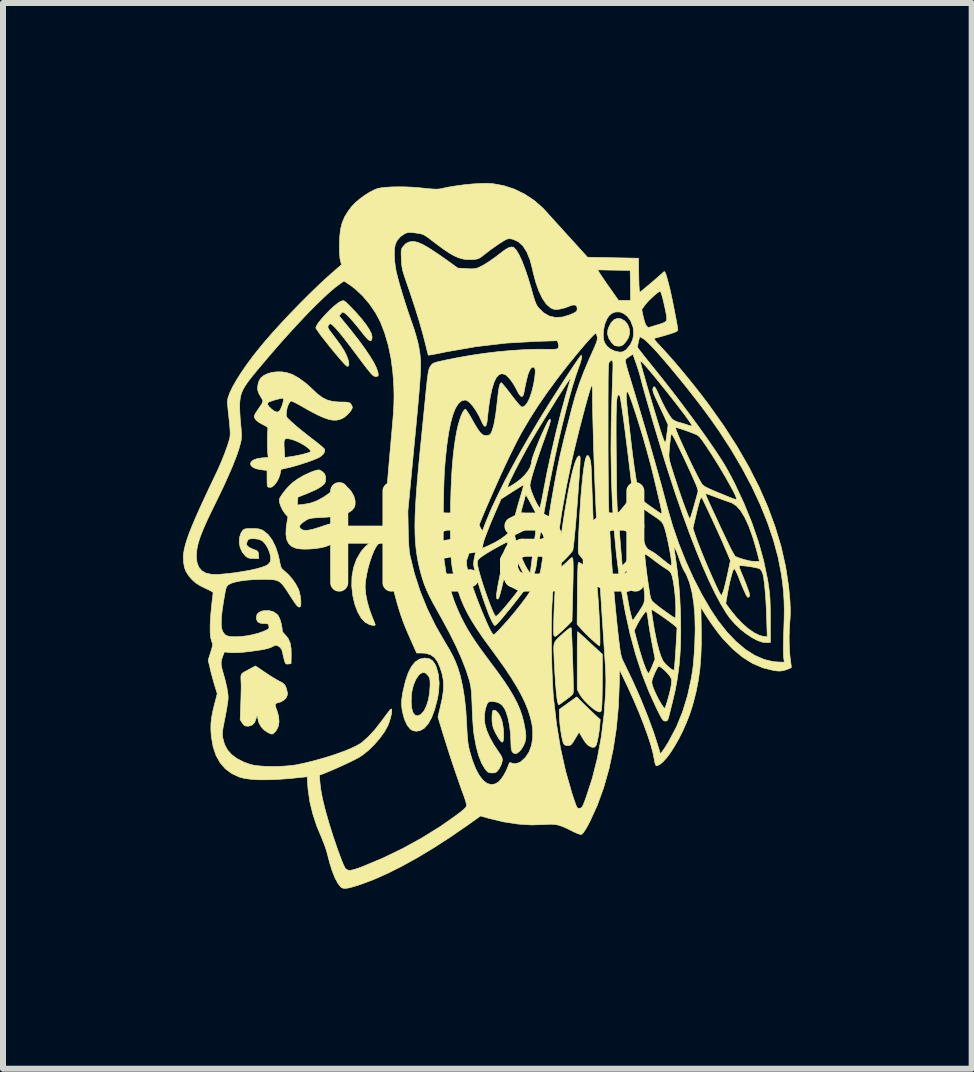
<source format=kicad_pcb>
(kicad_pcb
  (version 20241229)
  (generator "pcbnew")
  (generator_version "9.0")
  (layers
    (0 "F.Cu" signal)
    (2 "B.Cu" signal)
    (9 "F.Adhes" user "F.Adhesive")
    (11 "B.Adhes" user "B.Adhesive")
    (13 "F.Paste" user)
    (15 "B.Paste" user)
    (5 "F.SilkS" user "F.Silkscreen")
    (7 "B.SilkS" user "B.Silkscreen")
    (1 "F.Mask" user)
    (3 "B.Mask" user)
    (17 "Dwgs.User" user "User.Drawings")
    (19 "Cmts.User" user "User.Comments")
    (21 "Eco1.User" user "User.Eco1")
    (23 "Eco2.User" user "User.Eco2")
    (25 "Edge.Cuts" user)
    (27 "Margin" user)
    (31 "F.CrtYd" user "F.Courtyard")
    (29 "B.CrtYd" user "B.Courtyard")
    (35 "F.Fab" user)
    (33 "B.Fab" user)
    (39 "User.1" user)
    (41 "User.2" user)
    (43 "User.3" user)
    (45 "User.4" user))
  (footprint "Head"
    (layer "F.Cu")
    (at 5.07 5.969)
    (property "Reference" "Head" (at 0 0 0) (layer "F.SilkS") (effects (font (size 1.524 1.524) (thickness 0.3))))
    (attr through_hole)
    (fp_poly (pts (xy 0.143 2.824) (xy 0.179 2.859) (xy 0.214 2.916) (xy 0.241 2.982) (xy 0.256 3.043) (xy 0.266 3.114) (xy 0.272 3.187) (xy 0.273 3.255) (xy 0.269 3.31) (xy 0.259 3.343) (xy 0.252 3.349) (xy 0.231 3.339) (xy 0.2 3.301) (xy 0.178 3.266) (xy 0.132 3.184) (xy 0.102 3.116) (xy 0.085 3.054) (xy 0.079 2.988) (xy 0.079 2.933) (xy 0.082 2.872) (xy 0.087 2.837) (xy 0.096 2.82) (xy 0.109 2.814) (xy 0.143 2.824)) (stroke (width 0.01) (type solid)) (fill yes) (layer "F.SilkS"))
    (fp_poly (pts (xy 2.23 -3.706) (xy 2.291 -3.671) (xy 2.337 -3.616) (xy 2.365 -3.546) (xy 2.368 -3.526) (xy 2.37 -3.459) (xy 2.356 -3.4) (xy 2.322 -3.342) (xy 2.3 -3.314) (xy 2.265 -3.276) (xy 2.236 -3.257) (xy 2.199 -3.251) (xy 2.184 -3.251) (xy 2.143 -3.255) (xy 2.112 -3.269) (xy 2.079 -3.302) (xy 2.07 -3.312) (xy 2.025 -3.382) (xy 2.004 -3.452) (xy 2.009 -3.522) (xy 2.019 -3.554) (xy 2.062 -3.639) (xy 2.113 -3.693) (xy 2.172 -3.714) (xy 2.23 -3.706)) (stroke (width 0.01) (type solid)) (fill yes) (layer "F.SilkS"))
    (fp_poly (pts (xy 1.517 1.516) (xy 1.547 1.542) (xy 1.59 1.581) (xy 1.645 1.631) (xy 1.707 1.689) (xy 1.715 1.696) (xy 1.918 1.884) (xy 1.918 2.25) (xy 1.917 2.367) (xy 1.916 2.479) (xy 1.914 2.581) (xy 1.912 2.664) (xy 1.91 2.722) (xy 1.909 2.731) (xy 1.905 2.791) (xy 1.899 2.825) (xy 1.89 2.841) (xy 1.874 2.845) (xy 1.868 2.845) (xy 1.839 2.836) (xy 1.799 2.815) (xy 1.772 2.796) (xy 1.691 2.728) (xy 1.621 2.657) (xy 1.565 2.588) (xy 1.534 2.538) (xy 1.499 2.467) (xy 1.499 1.987) (xy 1.499 1.864) (xy 1.499 1.752) (xy 1.5 1.656) (xy 1.502 1.581) (xy 1.503 1.53) (xy 1.505 1.508) (xy 1.505 1.507) (xy 1.517 1.516)) (stroke (width 0.01) (type solid)) (fill yes) (layer "F.SilkS"))
    (fp_poly (pts (xy 1.568 0.374) (xy 1.619 0.415) (xy 1.627 0.421) (xy 1.712 0.5) (xy 1.772 0.571) (xy 1.809 0.635) (xy 1.822 0.681) (xy 1.831 0.764) (xy 1.84 0.864) (xy 1.848 0.976) (xy 1.856 1.094) (xy 1.863 1.216) (xy 1.869 1.335) (xy 1.874 1.447) (xy 1.877 1.548) (xy 1.878 1.633) (xy 1.878 1.697) (xy 1.875 1.735) (xy 1.871 1.744) (xy 1.856 1.735) (xy 1.825 1.711) (xy 1.783 1.675) (xy 1.745 1.641) (xy 1.689 1.588) (xy 1.633 1.533) (xy 1.584 1.483) (xy 1.565 1.461) (xy 1.497 1.384) (xy 1.501 0.879) (xy 1.503 0.724) (xy 1.505 0.594) (xy 1.508 0.489) (xy 1.511 0.414) (xy 1.515 0.369) (xy 1.518 0.357) (xy 1.535 0.355) (xy 1.568 0.374)) (stroke (width 0.01) (type solid)) (fill yes) (layer "F.SilkS"))
    (fp_poly (pts (xy 1.586 2.691) (xy 1.645 2.749) (xy 1.712 2.813) (xy 1.773 2.871) (xy 1.782 2.88) (xy 1.882 2.972) (xy 1.874 3.073) (xy 1.865 3.157) (xy 1.852 3.242) (xy 1.837 3.32) (xy 1.821 3.38) (xy 1.812 3.405) (xy 1.786 3.432) (xy 1.746 3.434) (xy 1.695 3.411) (xy 1.691 3.409) (xy 1.664 3.387) (xy 1.636 3.354) (xy 1.602 3.304) (xy 1.559 3.232) (xy 1.553 3.22) (xy 1.53 3.181) (xy 1.463 3.292) (xy 1.43 3.347) (xy 1.406 3.38) (xy 1.386 3.397) (xy 1.363 3.403) (xy 1.34 3.404) (xy 1.303 3.401) (xy 1.281 3.387) (xy 1.266 3.358) (xy 1.265 3.356) (xy 1.25 3.303) (xy 1.235 3.227) (xy 1.221 3.137) (xy 1.21 3.043) (xy 1.203 2.955) (xy 1.202 2.917) (xy 1.2 2.803) (xy 1.345 2.698) (xy 1.49 2.594) (xy 1.586 2.691)) (stroke (width 0.01) (type solid)) (fill yes) (layer "F.SilkS"))
    (fp_poly (pts (xy -1.794 -0.022) (xy -1.78 0.004) (xy -1.785 0.029) (xy -1.794 0.034) (xy -1.822 0.05) (xy -1.854 0.093) (xy -1.888 0.159) (xy -1.922 0.243) (xy -1.955 0.338) (xy -1.984 0.44) (xy -2.008 0.544) (xy -2.025 0.643) (xy -2.034 0.734) (xy -2.035 0.775) (xy -2.025 0.883) (xy -2 1.008) (xy -1.963 1.139) (xy -1.917 1.264) (xy -1.894 1.321) (xy -1.876 1.366) (xy -1.867 1.392) (xy -1.867 1.395) (xy -1.878 1.403) (xy -1.908 1.402) (xy -1.949 1.394) (xy -1.964 1.389) (xy -2.037 1.349) (xy -2.103 1.278) (xy -2.16 1.178) (xy -2.207 1.053) (xy -2.24 0.913) (xy -2.259 0.748) (xy -2.255 0.589) (xy -2.228 0.439) (xy -2.179 0.301) (xy -2.108 0.179) (xy -2.085 0.149) (xy -2.032 0.09) (xy -1.975 0.04) (xy -1.919 0.003) (xy -1.867 -0.022) (xy -1.825 -0.03) (xy -1.794 -0.022)) (stroke (width 0.01) (type solid)) (fill yes) (layer "F.SilkS"))
    (fp_poly (pts (xy 1.419 0.276) (xy 1.425 0.294) (xy 1.429 0.327) (xy 1.431 0.379) (xy 1.432 0.452) (xy 1.431 0.55) (xy 1.429 0.675) (xy 1.425 0.831) (xy 1.425 0.841) (xy 1.412 1.329) (xy 1.376 1.367) (xy 1.343 1.401) (xy 1.3 1.443) (xy 1.253 1.487) (xy 1.207 1.528) (xy 1.169 1.562) (xy 1.143 1.582) (xy 1.138 1.585) (xy 1.117 1.581) (xy 1.11 1.566) (xy 1.107 1.539) (xy 1.106 1.484) (xy 1.107 1.407) (xy 1.108 1.315) (xy 1.111 1.214) (xy 1.115 1.109) (xy 1.119 1.008) (xy 1.124 0.915) (xy 1.129 0.837) (xy 1.132 0.805) (xy 1.142 0.722) (xy 1.157 0.633) (xy 1.172 0.561) (xy 1.191 0.496) (xy 1.209 0.455) (xy 1.232 0.428) (xy 1.243 0.419) (xy 1.278 0.39) (xy 1.321 0.351) (xy 1.343 0.329) (xy 1.376 0.297) (xy 1.402 0.276) (xy 1.411 0.271) (xy 1.419 0.276)) (stroke (width 0.01) (type solid)) (fill yes) (layer "F.SilkS"))
    (fp_poly (pts (xy 1.697 -1.403) (xy 1.708 -1.376) (xy 1.717 -1.346) (xy 1.724 -1.306) (xy 1.73 -1.251) (xy 1.734 -1.176) (xy 1.738 -1.076) (xy 1.741 -0.999) (xy 1.746 -0.834) (xy 1.753 -0.655) (xy 1.76 -0.47) (xy 1.767 -0.286) (xy 1.774 -0.111) (xy 1.781 0.049) (xy 1.787 0.186) (xy 1.79 0.246) (xy 1.795 0.349) (xy 1.794 0.42) (xy 1.786 0.461) (xy 1.769 0.474) (xy 1.741 0.459) (xy 1.699 0.419) (xy 1.645 0.359) (xy 1.601 0.308) (xy 1.563 0.262) (xy 1.536 0.229) (xy 1.526 0.215) (xy 1.52 0.2) (xy 1.517 0.174) (xy 1.515 0.132) (xy 1.516 0.07) (xy 1.519 -0.017) (xy 1.524 -0.13) (xy 1.535 -0.354) (xy 1.548 -0.563) (xy 1.561 -0.755) (xy 1.576 -0.928) (xy 1.591 -1.079) (xy 1.606 -1.204) (xy 1.622 -1.303) (xy 1.637 -1.37) (xy 1.642 -1.386) (xy 1.66 -1.424) (xy 1.678 -1.43) (xy 1.697 -1.403)) (stroke (width 0.01) (type solid)) (fill yes) (layer "F.SilkS"))
    (fp_poly (pts (xy 1.399 1.446) (xy 1.402 1.466) (xy 1.405 1.516) (xy 1.408 1.589) (xy 1.412 1.681) (xy 1.416 1.787) (xy 1.42 1.901) (xy 1.424 2.02) (xy 1.428 2.137) (xy 1.431 2.248) (xy 1.433 2.347) (xy 1.435 2.43) (xy 1.435 2.489) (xy 1.434 2.516) (xy 1.428 2.538) (xy 1.414 2.559) (xy 1.386 2.584) (xy 1.342 2.618) (xy 1.317 2.637) (xy 1.267 2.674) (xy 1.227 2.703) (xy 1.2 2.721) (xy 1.191 2.726) (xy 1.182 2.712) (xy 1.171 2.677) (xy 1.17 2.673) (xy 1.163 2.632) (xy 1.155 2.564) (xy 1.146 2.473) (xy 1.137 2.365) (xy 1.129 2.246) (xy 1.122 2.123) (xy 1.115 2) (xy 1.112 1.913) (xy 1.108 1.828) (xy 1.108 1.766) (xy 1.112 1.72) (xy 1.124 1.683) (xy 1.146 1.649) (xy 1.182 1.611) (xy 1.234 1.564) (xy 1.276 1.526) (xy 1.331 1.479) (xy 1.369 1.451) (xy 1.391 1.441) (xy 1.399 1.446)) (stroke (width 0.01) (type solid)) (fill yes) (layer "F.SilkS"))
    (fp_poly (pts (xy 1.537 -1.421) (xy 1.543 -1.415) (xy 1.546 -1.4) (xy 1.548 -1.373) (xy 1.547 -1.331) (xy 1.545 -1.271) (xy 1.54 -1.189) (xy 1.533 -1.081) (xy 1.523 -0.945) (xy 1.517 -0.864) (xy 1.505 -0.695) (xy 1.492 -0.531) (xy 1.48 -0.376) (xy 1.468 -0.234) (xy 1.456 -0.109) (xy 1.446 -0.003) (xy 1.436 0.078) (xy 1.429 0.132) (xy 1.425 0.15) (xy 1.412 0.172) (xy 1.384 0.207) (xy 1.346 0.25) (xy 1.303 0.295) (xy 1.261 0.337) (xy 1.225 0.369) (xy 1.201 0.388) (xy 1.195 0.389) (xy 1.177 0.377) (xy 1.175 0.374) (xy 1.175 0.353) (xy 1.18 0.303) (xy 1.188 0.229) (xy 1.2 0.136) (xy 1.214 0.028) (xy 1.231 -0.091) (xy 1.248 -0.215) (xy 1.267 -0.34) (xy 1.286 -0.462) (xy 1.297 -0.533) (xy 1.333 -0.743) (xy 1.368 -0.927) (xy 1.401 -1.084) (xy 1.433 -1.213) (xy 1.463 -1.311) (xy 1.491 -1.38) (xy 1.516 -1.416) (xy 1.53 -1.422) (xy 1.537 -1.421)) (stroke (width 0.01) (type solid)) (fill yes) (layer "F.SilkS"))
    (fp_poly (pts (xy -0.969 1.957) (xy -0.915 1.988) (xy -0.872 2.046) (xy -0.847 2.102) (xy -0.814 2.225) (xy -0.802 2.364) (xy -0.811 2.514) (xy -0.831 2.63) (xy -0.876 2.8) (xy -0.927 2.938) (xy -0.986 3.043) (xy -1.051 3.117) (xy -1.123 3.157) (xy -1.182 3.166) (xy -1.233 3.158) (xy -1.277 3.135) (xy -1.278 3.134) (xy -1.331 3.072) (xy -1.375 2.98) (xy -1.397 2.908) (xy -1.418 2.817) (xy -1.428 2.739) (xy -1.428 2.686) (xy -1.268 2.686) (xy -1.26 2.78) (xy -1.24 2.85) (xy -1.21 2.894) (xy -1.171 2.91) (xy -1.123 2.895) (xy -1.097 2.877) (xy -1.051 2.822) (xy -1.012 2.74) (xy -0.981 2.639) (xy -0.961 2.524) (xy -0.953 2.402) (xy -0.953 2.388) (xy -0.954 2.327) (xy -0.96 2.287) (xy -0.974 2.256) (xy -0.99 2.234) (xy -1.032 2.194) (xy -1.075 2.187) (xy -1.122 2.212) (xy -1.146 2.236) (xy -1.193 2.307) (xy -1.232 2.401) (xy -1.257 2.509) (xy -1.265 2.569) (xy -1.268 2.686) (xy -1.428 2.686) (xy -1.428 2.662) (xy -1.417 2.574) (xy -1.404 2.501) (xy -1.364 2.331) (xy -1.317 2.193) (xy -1.262 2.086) (xy -1.199 2.01) (xy -1.128 1.964) (xy -1.048 1.947) (xy -1.04 1.947) (xy -0.969 1.957)) (stroke (width 0.01) (type solid)) (fill yes) (layer "F.SilkS"))
    (fp_poly (pts (xy -3.7 2.188) (xy -3.633 2.232) (xy -3.567 2.274) (xy -3.507 2.309) (xy -3.462 2.334) (xy -3.456 2.337) (xy -3.411 2.361) (xy -3.383 2.385) (xy -3.363 2.414) (xy -3.35 2.448) (xy -3.331 2.52) (xy -3.332 2.564) (xy -3.352 2.609) (xy -3.391 2.649) (xy -3.442 2.678) (xy -3.469 2.686) (xy -3.509 2.697) (xy -3.53 2.712) (xy -3.532 2.739) (xy -3.519 2.785) (xy -3.506 2.818) (xy -3.477 2.918) (xy -3.47 3.011) (xy -3.485 3.093) (xy -3.522 3.162) (xy -3.549 3.19) (xy -3.57 3.207) (xy -3.586 3.214) (xy -3.607 3.21) (xy -3.639 3.196) (xy -3.666 3.182) (xy -3.724 3.141) (xy -3.773 3.085) (xy -3.806 3.023) (xy -3.817 2.984) (xy -3.827 2.93) (xy -3.835 2.908) (xy -3.843 2.916) (xy -3.85 2.946) (xy -3.875 3.017) (xy -3.916 3.062) (xy -3.972 3.081) (xy -3.987 3.082) (xy -4.028 3.079) (xy -4.055 3.065) (xy -4.079 3.034) (xy -4.083 3.028) (xy -4.118 2.973) (xy -4.108 2.71) (xy -4.105 2.613) (xy -4.103 2.523) (xy -4.101 2.447) (xy -4.101 2.394) (xy -4.102 2.379) (xy -4.105 2.305) (xy -4.106 2.255) (xy -4.099 2.222) (xy -4.083 2.2) (xy -4.051 2.179) (xy -4.002 2.153) (xy -3.986 2.144) (xy -3.863 2.078) (xy -3.7 2.188)) (stroke (width 0.01) (type solid)) (fill yes) (layer "F.SilkS"))
    (fp_poly (pts (xy -2.374 -3.998) (xy -2.346 -3.974) (xy -2.305 -3.934) (xy -2.296 -3.925) (xy -2.187 -3.812) (xy -2.096 -3.707) (xy -2.022 -3.613) (xy -1.968 -3.531) (xy -1.933 -3.462) (xy -1.92 -3.407) (xy -1.92 -3.396) (xy -1.927 -3.356) (xy -1.942 -3.339) (xy -1.967 -3.346) (xy -2.003 -3.378) (xy -2.053 -3.435) (xy -2.081 -3.471) (xy -2.158 -3.568) (xy -2.229 -3.654) (xy -2.292 -3.724) (xy -2.344 -3.776) (xy -2.375 -3.802) (xy -2.403 -3.817) (xy -2.421 -3.813) (xy -2.44 -3.791) (xy -2.468 -3.754) (xy -2.418 -3.694) (xy -2.273 -3.517) (xy -2.147 -3.356) (xy -2.042 -3.212) (xy -1.956 -3.085) (xy -1.89 -2.976) (xy -1.845 -2.884) (xy -1.821 -2.81) (xy -1.816 -2.773) (xy -1.822 -2.753) (xy -1.842 -2.746) (xy -1.864 -2.746) (xy -1.878 -2.748) (xy -1.894 -2.755) (xy -1.912 -2.769) (xy -1.935 -2.792) (xy -1.965 -2.828) (xy -2.005 -2.878) (xy -2.057 -2.945) (xy -2.122 -3.032) (xy -2.178 -3.107) (xy -2.287 -3.252) (xy -2.38 -3.373) (xy -2.457 -3.469) (xy -2.519 -3.541) (xy -2.567 -3.591) (xy -2.6 -3.618) (xy -2.616 -3.624) (xy -2.638 -3.611) (xy -2.651 -3.592) (xy -2.656 -3.573) (xy -2.652 -3.553) (xy -2.635 -3.524) (xy -2.604 -3.481) (xy -2.587 -3.459) (xy -2.538 -3.394) (xy -2.483 -3.32) (xy -2.434 -3.252) (xy -2.433 -3.25) (xy -2.387 -3.177) (xy -2.35 -3.106) (xy -2.324 -3.04) (xy -2.309 -2.984) (xy -2.306 -2.942) (xy -2.318 -2.918) (xy -2.338 -2.916) (xy -2.355 -2.929) (xy -2.387 -2.961) (xy -2.43 -3.01) (xy -2.483 -3.071) (xy -2.541 -3.14) (xy -2.602 -3.214) (xy -2.662 -3.289) (xy -2.719 -3.362) (xy -2.771 -3.428) (xy -2.812 -3.485) (xy -2.842 -3.528) (xy -2.857 -3.553) (xy -2.857 -3.557) (xy -2.847 -3.587) (xy -2.82 -3.632) (xy -2.778 -3.686) (xy -2.726 -3.746) (xy -2.668 -3.808) (xy -2.608 -3.868) (xy -2.549 -3.921) (xy -2.495 -3.964) (xy -2.451 -3.993) (xy -2.438 -3.998) (xy -2.414 -4.007) (xy -2.395 -4.008) (xy -2.374 -3.998)) (stroke (width 0.01) (type solid)) (fill yes) (layer "F.SilkS"))
    (fp_poly (pts (xy -2.796 -1.187) (xy -2.774 -1.176) (xy -2.752 -1.162) (xy -2.711 -1.123) (xy -2.693 -1.072) (xy -2.695 -1.005) (xy -2.698 -0.99) (xy -2.717 -0.954) (xy -2.761 -0.916) (xy -2.83 -0.873) (xy -2.925 -0.828) (xy -3.003 -0.795) (xy -3.156 -0.734) (xy -3.164 -0.604) (xy -3.058 -0.615) (xy -2.947 -0.635) (xy -2.837 -0.675) (xy -2.724 -0.737) (xy -2.606 -0.82) (xy -2.524 -0.878) (xy -2.458 -0.913) (xy -2.402 -0.924) (xy -2.354 -0.913) (xy -2.308 -0.879) (xy -2.262 -0.822) (xy -2.262 -0.822) (xy -2.222 -0.748) (xy -2.202 -0.674) (xy -2.203 -0.606) (xy -2.216 -0.565) (xy -2.252 -0.518) (xy -2.31 -0.478) (xy -2.391 -0.447) (xy -2.495 -0.422) (xy -2.624 -0.405) (xy -2.75 -0.396) (xy -2.83 -0.392) (xy -2.89 -0.388) (xy -2.935 -0.382) (xy -2.968 -0.375) (xy -2.995 -0.364) (xy -3.021 -0.35) (xy -3.032 -0.343) (xy -3.072 -0.314) (xy -3.105 -0.286) (xy -3.118 -0.271) (xy -3.129 -0.248) (xy -3.124 -0.228) (xy -3.11 -0.21) (xy -3.081 -0.189) (xy -3.036 -0.181) (xy -2.975 -0.185) (xy -2.895 -0.203) (xy -2.794 -0.234) (xy -2.765 -0.244) (xy -2.692 -0.269) (xy -2.64 -0.284) (xy -2.604 -0.292) (xy -2.579 -0.293) (xy -2.563 -0.287) (xy -2.562 -0.286) (xy -2.519 -0.249) (xy -2.496 -0.207) (xy -2.489 -0.153) (xy -2.489 -0.15) (xy -2.501 -0.079) (xy -2.537 -0.015) (xy -2.592 0.04) (xy -2.638 0.068) (xy -2.699 0.091) (xy -2.779 0.109) (xy -2.869 0.123) (xy -2.963 0.13) (xy -3.053 0.132) (xy -3.134 0.127) (xy -3.185 0.118) (xy -3.257 0.088) (xy -3.309 0.04) (xy -3.341 -0.026) (xy -3.355 -0.114) (xy -3.351 -0.224) (xy -3.34 -0.301) (xy -3.322 -0.407) (xy -3.368 -0.458) (xy -3.403 -0.507) (xy -3.435 -0.569) (xy -3.458 -0.633) (xy -3.467 -0.686) (xy -3.467 -0.687) (xy -3.458 -0.718) (xy -3.432 -0.762) (xy -3.394 -0.815) (xy -3.349 -0.871) (xy -3.3 -0.924) (xy -3.253 -0.968) (xy -3.251 -0.97) (xy -3.159 -1.038) (xy -3.052 -1.1) (xy -2.943 -1.15) (xy -2.899 -1.166) (xy -2.851 -1.182) (xy -2.819 -1.188) (xy -2.796 -1.187)) (stroke (width 0.01) (type solid)) (fill yes) (layer "F.SilkS"))
    (fp_poly (pts (xy -3.418 -2.822) (xy -3.331 -2.807) (xy -3.248 -2.778) (xy -3.246 -2.778) (xy -3.138 -2.717) (xy -3.026 -2.635) (xy -2.919 -2.539) (xy -2.913 -2.533) (xy -2.825 -2.45) (xy -2.745 -2.391) (xy -2.664 -2.352) (xy -2.576 -2.329) (xy -2.473 -2.32) (xy -2.436 -2.32) (xy -2.373 -2.319) (xy -2.331 -2.316) (xy -2.304 -2.31) (xy -2.286 -2.3) (xy -2.273 -2.286) (xy -2.255 -2.254) (xy -2.248 -2.23) (xy -2.258 -2.199) (xy -2.285 -2.16) (xy -2.323 -2.117) (xy -2.366 -2.078) (xy -2.408 -2.05) (xy -2.411 -2.048) (xy -2.463 -2.027) (xy -2.518 -2.017) (xy -2.579 -2.018) (xy -2.647 -2.032) (xy -2.727 -2.06) (xy -2.82 -2.101) (xy -2.929 -2.157) (xy -3.058 -2.229) (xy -3.073 -2.238) (xy -3.135 -2.273) (xy -3.191 -2.303) (xy -3.234 -2.324) (xy -3.262 -2.336) (xy -3.267 -2.337) (xy -3.29 -2.321) (xy -3.314 -2.281) (xy -3.335 -2.223) (xy -3.347 -2.157) (xy -3.348 -2.154) (xy -3.351 -2.104) (xy -3.345 -2.074) (xy -3.332 -2.056) (xy -3.272 -1.997) (xy -3.193 -1.927) (xy -3.096 -1.846) (xy -2.986 -1.759) (xy -2.923 -1.71) (xy -2.857 -1.66) (xy -2.8 -1.613) (xy -2.753 -1.575) (xy -2.722 -1.546) (xy -2.709 -1.531) (xy -2.709 -1.531) (xy -2.711 -1.492) (xy -2.734 -1.451) (xy -2.775 -1.414) (xy -2.792 -1.403) (xy -2.836 -1.381) (xy -2.899 -1.355) (xy -2.976 -1.327) (xy -3.062 -1.298) (xy -3.151 -1.27) (xy -3.237 -1.245) (xy -3.309 -1.227) (xy -3.437 -1.197) (xy -3.452 -1.123) (xy -3.473 -1.056) (xy -3.506 -0.992) (xy -3.545 -0.94) (xy -3.585 -0.906) (xy -3.613 -0.897) (xy -3.643 -0.901) (xy -3.662 -0.908) (xy -3.662 -0.909) (xy -3.666 -0.93) (xy -3.669 -0.976) (xy -3.67 -1.037) (xy -3.67 -1.05) (xy -3.67 -1.18) (xy -3.768 -1.191) (xy -3.848 -1.207) (xy -3.904 -1.231) (xy -3.937 -1.261) (xy -3.947 -1.293) (xy -3.933 -1.325) (xy -3.895 -1.354) (xy -3.835 -1.376) (xy -3.759 -1.388) (xy -3.651 -1.397) (xy -3.658 -1.465) (xy -3.661 -1.524) (xy -3.663 -1.602) (xy -3.663 -1.605) (xy -3.387 -1.605) (xy -3.383 -1.525) (xy -3.375 -1.395) (xy -3.278 -1.409) (xy -3.216 -1.419) (xy -3.144 -1.433) (xy -3.077 -1.448) (xy -3.074 -1.449) (xy -3.01 -1.466) (xy -2.969 -1.479) (xy -2.947 -1.492) (xy -2.944 -1.507) (xy -2.955 -1.524) (xy -2.97 -1.539) (xy -3.029 -1.586) (xy -3.101 -1.63) (xy -3.179 -1.668) (xy -3.255 -1.696) (xy -3.319 -1.709) (xy -3.335 -1.71) (xy -3.361 -1.707) (xy -3.377 -1.692) (xy -3.386 -1.66) (xy -3.387 -1.605) (xy -3.663 -1.605) (xy -3.664 -1.686) (xy -3.663 -1.765) (xy -3.66 -1.827) (xy -3.658 -1.852) (xy -3.656 -1.878) (xy -3.662 -1.896) (xy -3.681 -1.913) (xy -3.717 -1.932) (xy -3.733 -1.94) (xy -3.805 -1.98) (xy -3.855 -2.021) (xy -3.881 -2.061) (xy -3.884 -2.073) (xy -3.878 -2.1) (xy -3.857 -2.141) (xy -3.83 -2.181) (xy -3.797 -2.229) (xy -3.768 -2.273) (xy -3.752 -2.299) (xy -3.751 -2.301) (xy -3.661 -2.301) (xy -3.66 -2.276) (xy -3.637 -2.243) (xy -3.593 -2.2) (xy -3.54 -2.162) (xy -3.497 -2.152) (xy -3.463 -2.17) (xy -3.442 -2.206) (xy -3.42 -2.259) (xy -3.404 -2.313) (xy -3.395 -2.357) (xy -3.395 -2.382) (xy -3.396 -2.383) (xy -3.411 -2.384) (xy -3.444 -2.379) (xy -3.488 -2.368) (xy -3.538 -2.355) (xy -3.585 -2.34) (xy -3.625 -2.326) (xy -3.641 -2.319) (xy -3.661 -2.301) (xy -3.751 -2.301) (xy -3.741 -2.326) (xy -3.742 -2.348) (xy -3.758 -2.379) (xy -3.765 -2.39) (xy -3.803 -2.456) (xy -3.824 -2.51) (xy -3.828 -2.563) (xy -3.818 -2.625) (xy -3.807 -2.663) (xy -3.78 -2.715) (xy -3.732 -2.757) (xy -3.667 -2.79) (xy -3.591 -2.813) (xy -3.506 -2.823) (xy -3.418 -2.822)) (stroke (width 0.01) (type solid)) (fill yes) (layer "F.SilkS"))
    (fp_poly (pts (xy 1.574 -3.085) (xy 1.571 -3.045) (xy 1.553 -2.98) (xy 1.522 -2.891) (xy 1.474 -2.753) (xy 1.421 -2.585) (xy 1.366 -2.391) (xy 1.309 -2.175) (xy 1.25 -1.94) (xy 1.191 -1.69) (xy 1.133 -1.429) (xy 1.117 -1.355) (xy 1.081 -1.18) (xy 1.045 -1) (xy 1.009 -0.819) (xy 0.975 -0.64) (xy 0.943 -0.467) (xy 0.914 -0.305) (xy 0.889 -0.158) (xy 0.868 -0.028) (xy 0.852 0.079) (xy 0.842 0.159) (xy 0.838 0.195) (xy 0.831 0.297) (xy 0.82 0.384) (xy 0.806 0.461) (xy 0.785 0.532) (xy 0.756 0.601) (xy 0.717 0.673) (xy 0.665 0.751) (xy 0.599 0.842) (xy 0.517 0.948) (xy 0.472 1.005) (xy 0.38 1.121) (xy 0.304 1.214) (xy 0.244 1.287) (xy 0.197 1.341) (xy 0.163 1.378) (xy 0.139 1.399) (xy 0.125 1.405) (xy 0.125 1.405) (xy 0.112 1.393) (xy 0.092 1.362) (xy 0.085 1.35) (xy 0.058 1.295) (xy 0.025 1.218) (xy -0.011 1.122) (xy -0.049 1.015) (xy -0.088 0.901) (xy -0.125 0.785) (xy -0.159 0.674) (xy -0.188 0.572) (xy -0.21 0.484) (xy -0.224 0.417) (xy -0.229 0.379) (xy -0.227 0.364) (xy -0.165 0.364) (xy -0.16 0.408) (xy -0.145 0.473) (xy -0.123 0.554) (xy -0.095 0.648) (xy -0.063 0.749) (xy -0.028 0.852) (xy 0.008 0.953) (xy 0.043 1.047) (xy 0.076 1.129) (xy 0.104 1.193) (xy 0.127 1.236) (xy 0.143 1.253) (xy 0.143 1.253) (xy 0.16 1.242) (xy 0.189 1.215) (xy 0.226 1.176) (xy 0.235 1.166) (xy 0.277 1.118) (xy 0.327 1.058) (xy 0.382 0.99) (xy 0.439 0.92) (xy 0.494 0.849) (xy 0.546 0.784) (xy 0.59 0.726) (xy 0.623 0.681) (xy 0.643 0.652) (xy 0.648 0.643) (xy 0.641 0.624) (xy 0.623 0.584) (xy 0.597 0.53) (xy 0.58 0.497) (xy 0.522 0.379) (xy 0.48 0.283) (xy 0.451 0.203) (xy 0.445 0.181) (xy 0.431 0.149) (xy 0.417 0.139) (xy 0.417 0.139) (xy 0.404 0.159) (xy 0.386 0.209) (xy 0.362 0.286) (xy 0.334 0.388) (xy 0.303 0.511) (xy 0.269 0.653) (xy 0.259 0.697) (xy 0.234 0.8) (xy 0.215 0.874) (xy 0.2 0.924) (xy 0.188 0.953) (xy 0.178 0.964) (xy 0.175 0.965) (xy 0.157 0.954) (xy 0.152 0.919) (xy 0.157 0.867) (xy 0.168 0.79) (xy 0.186 0.691) (xy 0.209 0.577) (xy 0.236 0.453) (xy 0.267 0.324) (xy 0.278 0.278) (xy 0.3 0.19) (xy 0.319 0.114) (xy 0.333 0.056) (xy 0.341 0.02) (xy 0.343 0.012) (xy 0.332 0.014) (xy 0.302 0.027) (xy 0.258 0.05) (xy 0.205 0.078) (xy 0.146 0.11) (xy 0.086 0.144) (xy 0.03 0.177) (xy -0.018 0.206) (xy -0.037 0.218) (xy -0.093 0.256) (xy -0.13 0.284) (xy -0.151 0.307) (xy -0.162 0.33) (xy -0.165 0.356) (xy -0.165 0.364) (xy -0.227 0.364) (xy -0.222 0.31) (xy -0.202 0.216) (xy -0.175 0.113) (xy -0.088 0.113) (xy -0.085 0.119) (xy -0.072 0.113) (xy -0.041 0.1) (xy 0.004 0.08) (xy 0.031 0.068) (xy 0.134 0.017) (xy 0.226 -0.038) (xy 0.289 -0.084) (xy 0.458 -0.084) (xy 0.497 0.047) (xy 0.542 0.188) (xy 0.589 0.311) (xy 0.635 0.409) (xy 0.669 0.468) (xy 0.715 0.533) (xy 0.777 0.068) (xy 0.792 -0.054) (xy 0.806 -0.165) (xy 0.818 -0.262) (xy 0.826 -0.338) (xy 0.832 -0.391) (xy 0.833 -0.415) (xy 0.833 -0.416) (xy 0.824 -0.438) (xy 0.803 -0.479) (xy 0.776 -0.533) (xy 0.744 -0.593) (xy 0.712 -0.653) (xy 0.682 -0.707) (xy 0.658 -0.749) (xy 0.643 -0.772) (xy 0.64 -0.775) (xy 0.635 -0.758) (xy 0.623 -0.713) (xy 0.605 -0.647) (xy 0.582 -0.562) (xy 0.557 -0.464) (xy 0.547 -0.426) (xy 0.458 -0.084) (xy 0.289 -0.084) (xy 0.304 -0.094) (xy 0.362 -0.149) (xy 0.378 -0.167) (xy 0.412 -0.222) (xy 0.433 -0.284) (xy 0.44 -0.322) (xy 0.45 -0.37) (xy 0.467 -0.441) (xy 0.49 -0.528) (xy 0.517 -0.623) (xy 0.532 -0.675) (xy 0.558 -0.762) (xy 0.58 -0.837) (xy 0.596 -0.895) (xy 0.605 -0.931) (xy 0.607 -0.94) (xy 0.595 -0.934) (xy 0.564 -0.916) (xy 0.518 -0.888) (xy 0.461 -0.852) (xy 0.417 -0.824) (xy 0.23 -0.703) (xy 0.137 -0.491) (xy 0.083 -0.365) (xy 0.034 -0.247) (xy -0.008 -0.139) (xy -0.043 -0.047) (xy -0.069 0.028) (xy -0.084 0.083) (xy -0.088 0.113) (xy -0.175 0.113) (xy -0.172 0.102) (xy -0.131 -0.027) (xy -0.082 -0.167) (xy -0.026 -0.315) (xy 0.036 -0.466) (xy 0.077 -0.561) (xy 0.177 -0.773) (xy 0.249 -0.918) (xy 0.343 -0.918) (xy 0.344 -0.905) (xy 0.35 -0.9) (xy 0.365 -0.905) (xy 0.392 -0.921) (xy 0.437 -0.949) (xy 0.465 -0.967) (xy 0.549 -1.03) (xy 0.621 -1.098) (xy 0.678 -1.169) (xy 0.717 -1.238) (xy 0.736 -1.303) (xy 0.737 -1.32) (xy 0.743 -1.354) (xy 0.76 -1.409) (xy 0.785 -1.481) (xy 0.817 -1.564) (xy 0.853 -1.653) (xy 0.891 -1.743) (xy 0.93 -1.829) (xy 0.966 -1.906) (xy 0.997 -1.969) (xy 1.022 -2.012) (xy 1.038 -2.032) (xy 1.04 -2.032) (xy 1.049 -2.029) (xy 1.052 -2.017) (xy 1.049 -1.993) (xy 1.039 -1.953) (xy 1.02 -1.895) (xy 0.991 -1.813) (xy 0.953 -1.705) (xy 0.946 -1.688) (xy 0.894 -1.541) (xy 0.846 -1.401) (xy 0.804 -1.273) (xy 0.768 -1.159) (xy 0.74 -1.063) (xy 0.721 -0.989) (xy 0.712 -0.94) (xy 0.711 -0.93) (xy 0.718 -0.891) (xy 0.735 -0.836) (xy 0.759 -0.772) (xy 0.787 -0.706) (xy 0.817 -0.644) (xy 0.844 -0.595) (xy 0.866 -0.565) (xy 0.876 -0.559) (xy 0.882 -0.574) (xy 0.892 -0.617) (xy 0.906 -0.682) (xy 0.922 -0.763) (xy 0.932 -0.817) (xy 0.997 -1.154) (xy 1.071 -1.495) (xy 1.149 -1.832) (xy 1.231 -2.155) (xy 1.314 -2.456) (xy 1.341 -2.548) (xy 1.396 -2.735) (xy 1.339 -2.65) (xy 1.293 -2.581) (xy 1.235 -2.491) (xy 1.167 -2.385) (xy 1.094 -2.267) (xy 1.017 -2.144) (xy 0.941 -2.021) (xy 0.868 -1.903) (xy 0.803 -1.794) (xy 0.747 -1.7) (xy 0.718 -1.651) (xy 0.669 -1.565) (xy 0.618 -1.471) (xy 0.565 -1.373) (xy 0.513 -1.274) (xy 0.464 -1.18) (xy 0.421 -1.093) (xy 0.385 -1.02) (xy 0.359 -0.963) (xy 0.345 -0.927) (xy 0.343 -0.918) (xy 0.249 -0.918) (xy 0.292 -1.005) (xy 0.422 -1.25) (xy 0.563 -1.507) (xy 0.714 -1.769) (xy 0.871 -2.034) (xy 1.033 -2.296) (xy 1.059 -2.337) (xy 1.134 -2.454) (xy 1.208 -2.57) (xy 1.28 -2.682) (xy 1.348 -2.785) (xy 1.41 -2.879) (xy 1.464 -2.96) (xy 1.508 -3.025) (xy 1.541 -3.071) (xy 1.56 -3.095) (xy 1.563 -3.099) (xy 1.574 -3.085)) (stroke (width 0.01) (type solid)) (fill yes) (layer "F.SilkS"))
    (fp_poly (pts (xy 0.089 -5.959) (xy 0.096 -5.958) (xy 0.276 -5.925) (xy 0.453 -5.867) (xy 0.622 -5.784) (xy 0.78 -5.68) (xy 0.921 -5.557) (xy 0.97 -5.505) (xy 0.997 -5.475) (xy 1.041 -5.426) (xy 1.098 -5.363) (xy 1.166 -5.288) (xy 1.241 -5.206) (xy 1.32 -5.118) (xy 1.355 -5.08) (xy 1.67 -4.733) (xy 2.095 -4.724) (xy 2.521 -4.716) (xy 2.524 -4.432) (xy 2.526 -4.335) (xy 2.529 -4.253) (xy 2.533 -4.191) (xy 2.537 -4.156) (xy 2.54 -4.149) (xy 2.553 -4.157) (xy 2.583 -4.181) (xy 2.626 -4.217) (xy 2.678 -4.26) (xy 2.735 -4.308) (xy 2.792 -4.357) (xy 2.846 -4.404) (xy 2.892 -4.444) (xy 2.927 -4.476) (xy 2.943 -4.491) (xy 2.952 -4.494) (xy 2.963 -4.48) (xy 2.977 -4.446) (xy 2.995 -4.389) (xy 3.017 -4.305) (xy 3.036 -4.232) (xy 3.051 -4.171) (xy 3.068 -4.09) (xy 3.088 -3.997) (xy 3.108 -3.898) (xy 3.127 -3.799) (xy 3.145 -3.706) (xy 3.16 -3.625) (xy 3.17 -3.563) (xy 3.175 -3.526) (xy 3.175 -3.522) (xy 3.169 -3.508) (xy 3.15 -3.494) (xy 3.114 -3.478) (xy 3.058 -3.459) (xy 3.026 -3.449) (xy 2.962 -3.43) (xy 2.903 -3.413) (xy 2.856 -3.4) (xy 2.829 -3.393) (xy 2.798 -3.384) (xy 2.782 -3.373) (xy 2.781 -3.37) (xy 2.791 -3.355) (xy 2.815 -3.324) (xy 2.851 -3.285) (xy 2.861 -3.275) (xy 2.987 -3.138) (xy 3.125 -2.982) (xy 3.269 -2.811) (xy 3.415 -2.632) (xy 3.558 -2.451) (xy 3.693 -2.273) (xy 3.694 -2.271) (xy 3.941 -1.923) (xy 4.162 -1.579) (xy 4.358 -1.239) (xy 4.53 -0.901) (xy 4.677 -0.566) (xy 4.799 -0.234) (xy 4.898 0.097) (xy 4.972 0.426) (xy 5.022 0.754) (xy 5.043 0.982) (xy 5.049 1.109) (xy 5.05 1.212) (xy 5.045 1.304) (xy 5.043 1.326) (xy 5.034 1.454) (xy 5.03 1.597) (xy 5.032 1.741) (xy 5.04 1.875) (xy 5.048 1.956) (xy 5.057 2.02) (xy 5.064 2.071) (xy 5.067 2.099) (xy 5.067 2.102) (xy 5.056 2.111) (xy 5.026 2.125) (xy 4.983 2.14) (xy 4.977 2.143) (xy 4.927 2.157) (xy 4.885 2.163) (xy 4.841 2.163) (xy 4.783 2.155) (xy 4.769 2.153) (xy 4.591 2.109) (xy 4.42 2.036) (xy 4.254 1.932) (xy 4.092 1.797) (xy 3.93 1.629) (xy 3.93 1.629) (xy 3.868 1.554) (xy 3.799 1.462) (xy 3.726 1.361) (xy 3.659 1.26) (xy 3.602 1.169) (xy 3.593 1.155) (xy 3.56 1.098) (xy 3.566 1.46) (xy 3.567 1.705) (xy 3.559 1.925) (xy 3.543 2.127) (xy 3.517 2.317) (xy 3.481 2.502) (xy 3.433 2.69) (xy 3.416 2.75) (xy 3.372 2.887) (xy 3.318 3.024) (xy 3.258 3.16) (xy 3.193 3.289) (xy 3.125 3.409) (xy 3.058 3.515) (xy 2.992 3.605) (xy 2.929 3.675) (xy 2.873 3.722) (xy 2.825 3.742) (xy 2.819 3.742) (xy 2.805 3.73) (xy 2.793 3.691) (xy 2.783 3.636) (xy 2.759 3.52) (xy 2.721 3.38) (xy 2.668 3.22) (xy 2.603 3.042) (xy 2.527 2.85) (xy 2.44 2.646) (xy 2.344 2.434) (xy 2.253 2.244) (xy 2.203 2.142) (xy 2.2 2.379) (xy 2.185 2.754) (xy 2.151 3.117) (xy 2.098 3.466) (xy 2.027 3.798) (xy 1.938 4.111) (xy 1.832 4.403) (xy 1.709 4.672) (xy 1.661 4.763) (xy 1.628 4.817) (xy 1.598 4.86) (xy 1.575 4.884) (xy 1.57 4.886) (xy 1.545 4.884) (xy 1.503 4.871) (xy 1.45 4.847) (xy 1.427 4.836) (xy 1.334 4.789) (xy 1.259 4.756) (xy 1.194 4.733) (xy 1.134 4.72) (xy 1.073 4.716) (xy 1.004 4.717) (xy 0.957 4.721) (xy 0.74 4.728) (xy 0.51 4.713) (xy 0.27 4.676) (xy 0.026 4.618) (xy 0.023 4.617) (xy -0.113 4.578) (xy -0.339 4.739) (xy -0.621 4.933) (xy -0.895 5.11) (xy -1.161 5.27) (xy -1.417 5.412) (xy -1.66 5.534) (xy -1.888 5.635) (xy -2.079 5.708) (xy -2.179 5.741) (xy -2.257 5.764) (xy -2.318 5.779) (xy -2.364 5.785) (xy -2.398 5.783) (xy -2.425 5.774) (xy -2.442 5.761) (xy -2.488 5.703) (xy -2.536 5.615) (xy -2.582 5.5) (xy -2.626 5.361) (xy -2.666 5.206) (xy -2.686 5.138) (xy -2.714 5.056) (xy -2.746 4.976) (xy -2.754 4.955) (xy -2.843 4.742) (xy -2.909 4.539) (xy -2.957 4.341) (xy -2.986 4.141) (xy -2.993 4.05) (xy -3.001 3.924) (xy -3.091 3.934) (xy -3.299 3.955) (xy -3.489 3.969) (xy -3.66 3.975) (xy -3.811 3.975) (xy -3.94 3.967) (xy -4.048 3.952) (xy -4.129 3.931) (xy -4.257 3.872) (xy -4.365 3.792) (xy -4.453 3.69) (xy -4.521 3.568) (xy -4.569 3.424) (xy -4.597 3.26) (xy -4.599 3.25) (xy -4.606 3.138) (xy -4.605 3.037) (xy -4.593 2.935) (xy -4.571 2.821) (xy -4.548 2.726) (xy -4.5 2.541) (xy -4.543 2.401) (xy -4.568 2.314) (xy -4.595 2.216) (xy -4.617 2.128) (xy -4.618 2.121) (xy -4.651 1.982) (xy -4.61 1.852) (xy -4.59 1.787) (xy -4.58 1.746) (xy -4.577 1.718) (xy -4.582 1.695) (xy -4.592 1.67) (xy -4.609 1.607) (xy -4.618 1.516) (xy -4.618 1.396) (xy -4.61 1.246) (xy -4.593 1.065) (xy -4.568 0.857) (xy -4.578 0.846) (xy -4.608 0.828) (xy -4.652 0.806) (xy -4.687 0.79) (xy -4.782 0.743) (xy -4.858 0.695) (xy -4.92 0.64) (xy -4.97 0.582) (xy -5.017 0.511) (xy -5.045 0.441) (xy -5.06 0.36) (xy -5.064 0.312) (xy -5.065 0.256) (xy -5.065 0.254) (xy -4.848 0.254) (xy -4.837 0.353) (xy -4.808 0.432) (xy -4.758 0.491) (xy -4.689 0.531) (xy -4.598 0.551) (xy -4.487 0.554) (xy -4.464 0.552) (xy -4.326 0.539) (xy -4.192 0.523) (xy -4.065 0.503) (xy -3.949 0.482) (xy -3.847 0.459) (xy -3.761 0.435) (xy -3.696 0.411) (xy -3.663 0.394) (xy -3.629 0.362) (xy -3.611 0.325) (xy -3.61 0.261) (xy -3.627 0.188) (xy -3.658 0.113) (xy -3.698 0.047) (xy -3.744 -0.002) (xy -3.755 -0.009) (xy -3.81 -0.033) (xy -3.884 -0.042) (xy -3.892 -0.042) (xy -3.939 -0.041) (xy -3.967 -0.036) (xy -3.984 -0.025) (xy -3.997 -0.004) (xy -4 0.004) (xy -4.012 0.038) (xy -4.01 0.06) (xy -3.998 0.078) (xy -3.976 0.097) (xy -3.937 0.118) (xy -3.897 0.135) (xy -3.854 0.151) (xy -3.829 0.166) (xy -3.818 0.184) (xy -3.813 0.213) (xy -3.812 0.226) (xy -3.808 0.288) (xy -3.896 0.288) (xy -3.95 0.285) (xy -3.988 0.276) (xy -4.019 0.256) (xy -4.027 0.249) (xy -4.081 0.185) (xy -4.117 0.108) (xy -4.133 0.025) (xy -4.13 -0.057) (xy -4.106 -0.133) (xy -4.077 -0.178) (xy -4.06 -0.194) (xy -4.039 -0.204) (xy -4.007 -0.209) (xy -3.959 -0.211) (xy -3.92 -0.211) (xy -3.855 -0.21) (xy -3.807 -0.205) (xy -3.769 -0.194) (xy -3.733 -0.176) (xy -3.725 -0.171) (xy -3.649 -0.108) (xy -3.582 -0.016) (xy -3.525 0.101) (xy -3.481 0.239) (xy -3.461 0.33) (xy -3.449 0.393) (xy -3.437 0.433) (xy -3.42 0.46) (xy -3.392 0.486) (xy -3.375 0.5) (xy -3.312 0.558) (xy -3.249 0.631) (xy -3.194 0.71) (xy -3.152 0.787) (xy -3.138 0.821) (xy -3.113 0.926) (xy -3.107 0.999) (xy -3.107 1.053) (xy -3.111 1.082) (xy -3.122 1.094) (xy -3.133 1.097) (xy -3.147 1.094) (xy -3.167 1.078) (xy -3.194 1.044) (xy -3.231 0.991) (xy -3.28 0.916) (xy -3.296 0.891) (xy -3.346 0.813) (xy -3.388 0.753) (xy -3.425 0.708) (xy -3.463 0.676) (xy -3.504 0.655) (xy -3.554 0.643) (xy -3.618 0.638) (xy -3.698 0.636) (xy -3.785 0.637) (xy -3.901 0.64) (xy -4.011 0.649) (xy -4.11 0.662) (xy -4.195 0.679) (xy -4.262 0.699) (xy -4.306 0.72) (xy -4.324 0.734) (xy -4.338 0.751) (xy -4.35 0.775) (xy -4.361 0.813) (xy -4.372 0.87) (xy -4.386 0.95) (xy -4.4 1.036) (xy -4.421 1.181) (xy -4.432 1.298) (xy -4.433 1.39) (xy -4.424 1.461) (xy -4.404 1.514) (xy -4.373 1.553) (xy -4.357 1.566) (xy -4.316 1.582) (xy -4.255 1.591) (xy -4.179 1.592) (xy -4.093 1.587) (xy -4.001 1.575) (xy -3.909 1.557) (xy -3.82 1.534) (xy -3.741 1.507) (xy -3.74 1.506) (xy -3.688 1.484) (xy -3.657 1.468) (xy -3.641 1.452) (xy -3.637 1.434) (xy -3.64 1.409) (xy -3.647 1.388) (xy -3.661 1.377) (xy -3.69 1.372) (xy -3.725 1.372) (xy -3.785 1.365) (xy -3.824 1.344) (xy -3.844 1.306) (xy -3.848 1.268) (xy -3.837 1.219) (xy -3.804 1.185) (xy -3.748 1.162) (xy -3.717 1.157) (xy -3.634 1.156) (xy -3.561 1.177) (xy -3.503 1.218) (xy -3.481 1.245) (xy -3.455 1.3) (xy -3.433 1.374) (xy -3.419 1.453) (xy -3.416 1.495) (xy -3.406 1.516) (xy -3.381 1.546) (xy -3.367 1.56) (xy -3.318 1.62) (xy -3.285 1.695) (xy -3.269 1.791) (xy -3.267 1.899) (xy -3.27 2.04) (xy -3.317 2.046) (xy -3.346 2.047) (xy -3.363 2.035) (xy -3.375 2.004) (xy -3.383 1.978) (xy -3.398 1.917) (xy -3.411 1.858) (xy -3.413 1.846) (xy -3.428 1.799) (xy -3.457 1.765) (xy -3.472 1.755) (xy -3.505 1.736) (xy -3.529 1.733) (xy -3.558 1.745) (xy -3.566 1.75) (xy -3.601 1.767) (xy -3.641 1.782) (xy -3.69 1.795) (xy -3.753 1.808) (xy -3.832 1.82) (xy -3.931 1.834) (xy -3.963 1.838) (xy -4.059 1.849) (xy -4.147 1.855) (xy -4.223 1.858) (xy -4.279 1.856) (xy -4.283 1.856) (xy -4.381 1.845) (xy -4.402 1.899) (xy -4.424 1.963) (xy -4.435 2.016) (xy -4.433 2.067) (xy -4.42 2.13) (xy -4.405 2.182) (xy -4.365 2.325) (xy -4.337 2.451) (xy -4.321 2.554) (xy -4.318 2.608) (xy -4.321 2.652) (xy -4.331 2.72) (xy -4.344 2.804) (xy -4.362 2.898) (xy -4.37 2.939) (xy -4.389 3.037) (xy -4.403 3.109) (xy -4.411 3.162) (xy -4.414 3.202) (xy -4.413 3.236) (xy -4.409 3.271) (xy -4.407 3.28) (xy -4.379 3.383) (xy -4.331 3.475) (xy -4.262 3.554) (xy -4.171 3.622) (xy -4.057 3.68) (xy -3.943 3.721) (xy -3.883 3.734) (xy -3.802 3.744) (xy -3.707 3.751) (xy -3.603 3.753) (xy -3.495 3.753) (xy -3.388 3.748) (xy -3.288 3.74) (xy -3.2 3.729) (xy -3.175 3.724) (xy -3.036 3.695) (xy -2.894 3.66) (xy -2.754 3.621) (xy -2.617 3.58) (xy -2.487 3.536) (xy -2.369 3.493) (xy -2.264 3.449) (xy -2.178 3.408) (xy -2.111 3.369) (xy -2.095 3.358) (xy -1.987 3.263) (xy -1.875 3.143) (xy -1.759 2.994) (xy -1.734 2.96) (xy -1.679 2.885) (xy -1.64 2.834) (xy -1.613 2.804) (xy -1.598 2.795) (xy -1.593 2.8) (xy -1.592 2.837) (xy -1.601 2.895) (xy -1.618 2.962) (xy -1.64 3.031) (xy -1.662 3.084) (xy -1.718 3.183) (xy -1.793 3.285) (xy -1.88 3.386) (xy -1.974 3.479) (xy -2.07 3.557) (xy -2.136 3.601) (xy -2.183 3.626) (xy -2.248 3.659) (xy -2.327 3.697) (xy -2.413 3.737) (xy -2.501 3.777) (xy -2.586 3.814) (xy -2.662 3.846) (xy -2.723 3.871) (xy -2.742 3.878) (xy -2.797 3.897) (xy -2.79 4.008) (xy -2.774 4.141) (xy -2.745 4.297) (xy -2.7 4.478) (xy -2.642 4.684) (xy -2.569 4.917) (xy -2.49 5.148) (xy -2.457 5.237) (xy -2.426 5.319) (xy -2.399 5.385) (xy -2.377 5.431) (xy -2.367 5.448) (xy -2.344 5.47) (xy -2.318 5.482) (xy -2.283 5.484) (xy -2.236 5.475) (xy -2.173 5.456) (xy -2.091 5.427) (xy -2.072 5.419) (xy -1.74 5.28) (xy -1.411 5.121) (xy -1.091 4.945) (xy -0.786 4.756) (xy -0.539 4.583) (xy -0.464 4.527) (xy -0.409 4.483) (xy -0.372 4.449) (xy -0.352 4.424) (xy -0.345 4.408) (xy -0.349 4.376) (xy -0.362 4.325) (xy -0.383 4.264) (xy -0.388 4.248) (xy -0.43 4.136) (xy -0.477 4) (xy -0.53 3.848) (xy -0.584 3.688) (xy -0.637 3.526) (xy -0.686 3.372) (xy -0.73 3.231) (xy -0.731 3.229) (xy -0.822 2.928) (xy -0.786 2.777) (xy -0.754 2.634) (xy -0.735 2.513) (xy -0.729 2.407) (xy -0.734 2.311) (xy -0.752 2.215) (xy -0.783 2.115) (xy -0.786 2.107) (xy -0.829 2.008) (xy -0.881 1.937) (xy -0.946 1.891) (xy -1.026 1.867) (xy -1.093 1.863) (xy -1.177 1.863) (xy -1.273 1.647) (xy -1.327 1.525) (xy -1.37 1.422) (xy -1.406 1.33) (xy -1.438 1.24) (xy -1.469 1.143) (xy -1.502 1.033) (xy -1.573 0.768) (xy -1.627 0.507) (xy -1.666 0.239) (xy -1.69 -0.04) (xy -1.695 -0.111) (xy -1.698 -0.181) (xy -1.7 -0.253) (xy -1.7 -0.328) (xy -1.698 -0.411) (xy -1.695 -0.502) (xy -1.69 -0.605) (xy -1.682 -0.723) (xy -1.673 -0.858) (xy -1.661 -1.013) (xy -1.646 -1.191) (xy -1.629 -1.394) (xy -1.608 -1.625) (xy -1.585 -1.886) (xy -1.581 -1.93) (xy -1.566 -2.113) (xy -1.557 -2.273) (xy -1.554 -2.42) (xy -1.557 -2.564) (xy -1.566 -2.714) (xy -1.576 -2.836) (xy -1.605 -3.053) (xy -1.65 -3.267) (xy -1.71 -3.471) (xy -1.78 -3.652) (xy -1.861 -3.805) (xy -1.961 -3.952) (xy -2.076 -4.087) (xy -2.199 -4.203) (xy -2.292 -4.273) (xy -2.387 -4.336) (xy -2.451 -4.292) (xy -2.532 -4.232) (xy -2.63 -4.149) (xy -2.741 -4.046) (xy -2.866 -3.925) (xy -3.002 -3.787) (xy -3.146 -3.634) (xy -3.299 -3.468) (xy -3.458 -3.29) (xy -3.62 -3.103) (xy -3.785 -2.908) (xy -3.842 -2.841) (xy -3.925 -2.739) (xy -3.99 -2.654) (xy -4.04 -2.581) (xy -4.076 -2.516) (xy -4.1 -2.456) (xy -4.115 -2.396) (xy -4.123 -2.332) (xy -4.126 -2.292) (xy -4.126 -2.226) (xy -4.123 -2.138) (xy -4.117 -2.04) (xy -4.109 -1.953) (xy -4.101 -1.861) (xy -4.096 -1.795) (xy -4.095 -1.747) (xy -4.098 -1.708) (xy -4.104 -1.67) (xy -4.11 -1.643) (xy -4.138 -1.541) (xy -4.181 -1.414) (xy -4.24 -1.264) (xy -4.314 -1.092) (xy -4.402 -0.898) (xy -4.504 -0.686) (xy -4.579 -0.533) (xy -4.663 -0.359) (xy -4.73 -0.208) (xy -4.782 -0.078) (xy -4.817 0.033) (xy -4.837 0.125) (xy -4.839 0.134) (xy -4.848 0.254) (xy -5.065 0.254) (xy -5.06 0.196) (xy -5.048 0.128) (xy -5.029 0.052) (xy -5.002 -0.035) (xy -4.967 -0.135) (xy -4.921 -0.25) (xy -4.865 -0.383) (xy -4.798 -0.535) (xy -4.718 -0.708) (xy -4.626 -0.905) (xy -4.52 -1.127) (xy -4.512 -1.143) (xy -4.465 -1.247) (xy -4.419 -1.355) (xy -4.376 -1.463) (xy -4.339 -1.564) (xy -4.31 -1.652) (xy -4.291 -1.721) (xy -4.286 -1.753) (xy -4.284 -1.803) (xy -4.288 -1.88) (xy -4.296 -1.976) (xy -4.304 -2.047) (xy -4.314 -2.135) (xy -4.322 -2.215) (xy -4.328 -2.28) (xy -4.331 -2.32) (xy -4.331 -2.323) (xy -4.321 -2.388) (xy -4.292 -2.47) (xy -4.245 -2.569) (xy -4.182 -2.681) (xy -4.104 -2.805) (xy -4.012 -2.938) (xy -3.908 -3.079) (xy -3.792 -3.225) (xy -3.705 -3.33) (xy -3.576 -3.478) (xy -3.432 -3.636) (xy -3.279 -3.799) (xy -3.122 -3.961) (xy -2.966 -4.117) (xy -2.815 -4.263) (xy -2.675 -4.393) (xy -2.608 -4.453) (xy -2.428 -4.61) (xy -2.446 -4.666) (xy -2.456 -4.72) (xy -2.46 -4.781) (xy -1.549 -4.781) (xy -1.544 -4.671) (xy -1.529 -4.556) (xy -1.517 -4.493) (xy -1.493 -4.395) (xy -1.459 -4.271) (xy -1.417 -4.13) (xy -1.369 -3.975) (xy -1.316 -3.813) (xy -1.26 -3.65) (xy -1.251 -3.626) (xy -1.216 -3.522) (xy -1.185 -3.418) (xy -1.159 -3.323) (xy -1.143 -3.251) (xy -1.134 -3.196) (xy -1.125 -3.144) (xy -1.119 -3.094) (xy -1.114 -3.043) (xy -1.111 -2.988) (xy -1.111 -2.927) (xy -1.112 -2.856) (xy -1.116 -2.772) (xy -1.122 -2.674) (xy -1.131 -2.558) (xy -1.142 -2.422) (xy -1.156 -2.263) (xy -1.173 -2.078) (xy -1.193 -1.864) (xy -1.213 -1.659) (xy -1.323 -0.5) (xy -1.317 -0.186) (xy -1.313 -0.038) (xy -1.307 0.079) (xy -1.299 0.168) (xy -1.29 0.229) (xy -1.215 0.535) (xy -1.119 0.833) (xy -1.001 1.124) (xy -0.86 1.412) (xy -0.711 1.671) (xy -0.636 1.797) (xy -0.576 1.907) (xy -0.529 2.009) (xy -0.491 2.109) (xy -0.458 2.215) (xy -0.45 2.242) (xy -0.411 2.417) (xy -0.379 2.613) (xy -0.356 2.835) (xy -0.342 3.073) (xy -0.336 3.192) (xy -0.329 3.284) (xy -0.322 3.356) (xy -0.312 3.418) (xy -0.299 3.476) (xy -0.296 3.488) (xy -0.248 3.652) (xy -0.194 3.79) (xy -0.135 3.9) (xy -0.072 3.982) (xy -0.006 4.034) (xy 0.061 4.055) (xy 0.13 4.045) (xy 0.188 4.01) (xy 0.231 3.964) (xy 0.276 3.897) (xy 0.318 3.82) (xy 0.348 3.747) (xy 0.364 3.704) (xy 0.378 3.687) (xy 0.393 3.691) (xy 0.395 3.692) (xy 0.438 3.707) (xy 0.492 3.703) (xy 0.546 3.682) (xy 0.559 3.674) (xy 0.636 3.604) (xy 0.696 3.512) (xy 0.737 3.401) (xy 0.757 3.277) (xy 0.757 3.143) (xy 0.744 3.048) (xy 0.717 2.932) (xy 0.68 2.815) (xy 0.631 2.693) (xy 0.569 2.564) (xy 0.493 2.427) (xy 0.402 2.278) (xy 0.294 2.115) (xy 0.167 1.937) (xy 0.06 1.79) (xy -0.063 1.623) (xy -0.086 1.589) (xy 1.068 1.589) (xy 1.07 1.792) (xy 1.074 1.994) (xy 1.08 2.19) (xy 1.088 2.371) (xy 1.097 2.531) (xy 1.104 2.615) (xy 1.154 3.047) (xy 1.221 3.454) (xy 1.307 3.838) (xy 1.41 4.198) (xy 1.448 4.312) (xy 1.471 4.379) (xy 1.488 4.421) (xy 1.502 4.443) (xy 1.516 4.451) (xy 1.535 4.451) (xy 1.539 4.45) (xy 1.558 4.446) (xy 1.574 4.435) (xy 1.589 4.413) (xy 1.607 4.373) (xy 1.631 4.31) (xy 1.645 4.271) (xy 1.749 3.954) (xy 1.834 3.617) (xy 1.9 3.26) (xy 1.946 2.888) (xy 1.969 2.567) (xy 1.973 2.489) (xy 1.975 2.419) (xy 1.976 2.354) (xy 1.976 2.286) (xy 1.974 2.212) (xy 1.97 2.126) (xy 1.964 2.022) (xy 1.956 1.896) (xy 1.946 1.742) (xy 1.944 1.717) (xy 1.932 1.531) (xy 1.921 1.361) (xy 1.91 1.201) (xy 1.9 1.042) (xy 1.89 0.877) (xy 1.879 0.7) (xy 1.867 0.503) (xy 1.854 0.296) (xy 1.843 0.102) (xy 1.832 -0.113) (xy 1.82 -0.342) (xy 1.81 -0.582) (xy 1.799 -0.828) (xy 1.789 -1.075) (xy 1.78 -1.32) (xy 1.772 -1.557) (xy 1.766 -1.782) (xy 1.764 -1.851) (xy 2.013 -1.851) (xy 2.013 -1.576) (xy 2.014 -1.322) (xy 2.016 -1.092) (xy 2.018 -0.886) (xy 2.02 -0.708) (xy 2.024 -0.559) (xy 2.027 -0.441) (xy 2.029 -0.398) (xy 2.05 -0.006) (xy 2.075 0.38) (xy 2.103 0.755) (xy 2.135 1.113) (xy 2.169 1.447) (xy 2.192 1.65) (xy 2.205 1.752) (xy 2.215 1.827) (xy 2.225 1.882) (xy 2.236 1.926) (xy 2.249 1.964) (xy 2.267 2.004) (xy 2.285 2.04) (xy 2.426 2.333) (xy 2.556 2.626) (xy 2.672 2.914) (xy 2.774 3.191) (xy 2.857 3.452) (xy 2.871 3.5) (xy 2.884 3.544) (xy 2.916 3.503) (xy 2.938 3.473) (xy 2.971 3.423) (xy 3.008 3.363) (xy 3.03 3.325) (xy 3.153 3.092) (xy 3.254 2.844) (xy 3.336 2.577) (xy 3.399 2.29) (xy 3.423 2.142) (xy 3.431 2.077) (xy 3.439 1.988) (xy 3.447 1.884) (xy 3.454 1.776) (xy 3.457 1.723) (xy 3.464 1.473) (xy 3.459 1.243) (xy 3.441 1.034) (xy 3.411 0.849) (xy 3.37 0.689) (xy 3.317 0.556) (xy 3.278 0.488) (xy 3.256 0.445) (xy 3.23 0.382) (xy 3.205 0.313) (xy 3.201 0.3) (xy 3.18 0.239) (xy 3.158 0.182) (xy 3.138 0.136) (xy 3.122 0.105) (xy 3.113 0.097) (xy 3.112 0.102) (xy 3.114 0.12) (xy 3.12 0.166) (xy 3.13 0.232) (xy 3.141 0.311) (xy 3.143 0.322) (xy 3.171 0.531) (xy 3.192 0.726) (xy 3.207 0.921) (xy 3.217 1.129) (xy 3.222 1.295) (xy 3.224 1.52) (xy 3.221 1.719) (xy 3.211 1.901) (xy 3.196 2.074) (xy 3.173 2.247) (xy 3.169 2.273) (xy 3.157 2.349) (xy 3.143 2.422) (xy 3.128 2.5) (xy 3.108 2.586) (xy 3.084 2.688) (xy 3.053 2.81) (xy 3.02 2.942) (xy 3.006 2.981) (xy 2.985 2.995) (xy 2.966 2.997) (xy 2.949 2.995) (xy 2.934 2.987) (xy 2.917 2.967) (xy 2.896 2.932) (xy 2.867 2.878) (xy 2.828 2.799) (xy 2.823 2.79) (xy 2.693 2.505) (xy 2.629 2.342) (xy 2.742 2.342) (xy 2.744 2.37) (xy 2.75 2.395) (xy 2.767 2.446) (xy 2.792 2.507) (xy 2.823 2.573) (xy 2.857 2.639) (xy 2.891 2.698) (xy 2.921 2.746) (xy 2.945 2.776) (xy 2.959 2.783) (xy 2.96 2.783) (xy 2.969 2.762) (xy 2.984 2.716) (xy 3.003 2.655) (xy 3.016 2.61) (xy 3.037 2.532) (xy 3.055 2.456) (xy 3.066 2.394) (xy 3.069 2.372) (xy 3.072 2.322) (xy 3.065 2.287) (xy 3.045 2.253) (xy 3.034 2.237) (xy 2.995 2.191) (xy 2.952 2.148) (xy 2.91 2.112) (xy 2.875 2.088) (xy 2.858 2.083) (xy 2.843 2.097) (xy 2.82 2.136) (xy 2.793 2.192) (xy 2.786 2.208) (xy 2.761 2.27) (xy 2.747 2.312) (xy 2.742 2.342) (xy 2.629 2.342) (xy 2.576 2.205) (xy 2.472 1.886) (xy 2.38 1.547) (xy 2.367 1.487) (xy 2.449 1.487) (xy 2.502 1.687) (xy 2.54 1.824) (xy 2.577 1.945) (xy 2.611 2.046) (xy 2.641 2.124) (xy 2.666 2.176) (xy 2.686 2.2) (xy 2.69 2.201) (xy 2.7 2.187) (xy 2.718 2.151) (xy 2.741 2.098) (xy 2.747 2.083) (xy 2.796 1.964) (xy 2.745 1.697) (xy 2.726 1.595) (xy 2.708 1.492) (xy 2.693 1.398) (xy 2.682 1.323) (xy 2.679 1.3) (xy 2.67 1.238) (xy 2.661 1.192) (xy 2.652 1.169) (xy 2.651 1.168) (xy 2.633 1.181) (xy 2.605 1.215) (xy 2.571 1.264) (xy 2.535 1.322) (xy 2.501 1.383) (xy 2.494 1.397) (xy 2.449 1.487) (xy 2.367 1.487) (xy 2.3 1.183) (xy 2.229 0.792) (xy 2.199 0.593) (xy 2.191 0.533) (xy 2.285 0.533) (xy 2.293 0.643) (xy 2.301 0.713) (xy 2.312 0.797) (xy 2.327 0.89) (xy 2.344 0.985) (xy 2.361 1.079) (xy 2.379 1.164) (xy 2.396 1.235) (xy 2.41 1.287) (xy 2.421 1.315) (xy 2.425 1.317) (xy 2.437 1.303) (xy 2.462 1.27) (xy 2.495 1.222) (xy 2.514 1.194) (xy 2.538 1.157) (xy 2.737 1.157) (xy 2.742 1.204) (xy 2.752 1.272) (xy 2.765 1.355) (xy 2.78 1.448) (xy 2.798 1.544) (xy 2.801 1.56) (xy 2.83 1.696) (xy 2.861 1.816) (xy 2.893 1.916) (xy 2.924 1.986) (xy 2.947 2.02) (xy 2.981 2.057) (xy 3.019 2.093) (xy 3.057 2.124) (xy 3.089 2.144) (xy 3.109 2.149) (xy 3.113 2.145) (xy 3.117 2.122) (xy 3.122 2.071) (xy 3.128 2.001) (xy 3.134 1.918) (xy 3.135 1.905) (xy 3.141 1.808) (xy 3.147 1.71) (xy 3.152 1.623) (xy 3.156 1.562) (xy 3.162 1.44) (xy 3.108 1.394) (xy 3.075 1.368) (xy 3.03 1.334) (xy 2.976 1.295) (xy 2.919 1.255) (xy 2.863 1.216) (xy 2.812 1.182) (xy 2.772 1.155) (xy 2.745 1.14) (xy 2.737 1.137) (xy 2.737 1.157) (xy 2.538 1.157) (xy 2.556 1.13) (xy 2.587 1.079) (xy 2.608 1.034) (xy 2.619 0.989) (xy 2.622 0.936) (xy 2.619 0.868) (xy 2.609 0.779) (xy 2.599 0.692) (xy 2.587 0.592) (xy 2.577 0.496) (xy 2.567 0.414) (xy 2.561 0.353) (xy 2.559 0.33) (xy 2.553 0.276) (xy 2.547 0.241) (xy 2.544 0.237) (xy 2.625 0.237) (xy 2.629 0.284) (xy 2.636 0.353) (xy 2.646 0.436) (xy 2.657 0.53) (xy 2.67 0.626) (xy 2.684 0.72) (xy 2.697 0.806) (xy 2.708 0.877) (xy 2.718 0.928) (xy 2.721 0.939) (xy 2.729 0.963) (xy 2.74 0.985) (xy 2.76 1.009) (xy 2.79 1.036) (xy 2.834 1.072) (xy 2.896 1.119) (xy 2.927 1.142) (xy 2.991 1.188) (xy 3.046 1.227) (xy 3.091 1.257) (xy 3.121 1.275) (xy 3.131 1.279) (xy 3.136 1.261) (xy 3.14 1.215) (xy 3.141 1.146) (xy 3.141 1.114) (xy 3.137 1.003) (xy 3.128 0.885) (xy 3.115 0.77) (xy 3.099 0.668) (xy 3.082 0.588) (xy 3.078 0.576) (xy 3.065 0.539) (xy 3.047 0.51) (xy 3.018 0.484) (xy 2.972 0.454) (xy 2.967 0.451) (xy 2.916 0.417) (xy 2.853 0.372) (xy 2.788 0.324) (xy 2.756 0.299) (xy 2.707 0.262) (xy 2.666 0.234) (xy 2.637 0.218) (xy 2.626 0.217) (xy 2.625 0.237) (xy 2.544 0.237) (xy 2.537 0.226) (xy 2.52 0.232) (xy 2.493 0.26) (xy 2.453 0.311) (xy 2.412 0.365) (xy 2.285 0.533) (xy 2.191 0.533) (xy 2.151 0.213) (xy 2.113 -0.192) (xy 2.106 -0.299) (xy 2.197 -0.299) (xy 2.198 -0.246) (xy 2.202 -0.171) (xy 2.208 -0.079) (xy 2.216 0.024) (xy 2.218 0.042) (xy 2.226 0.146) (xy 2.234 0.238) (xy 2.241 0.314) (xy 2.245 0.367) (xy 2.247 0.393) (xy 2.247 0.395) (xy 2.251 0.402) (xy 2.264 0.395) (xy 2.288 0.371) (xy 2.326 0.329) (xy 2.359 0.291) (xy 2.401 0.238) (xy 2.441 0.183) (xy 2.469 0.138) (xy 2.472 0.133) (xy 2.49 0.093) (xy 2.499 0.058) (xy 2.501 0.013) (xy 2.497 -0.038) (xy 2.488 -0.16) (xy 2.477 -0.276) (xy 2.466 -0.38) (xy 2.456 -0.468) (xy 2.447 -0.536) (xy 2.441 -0.571) (xy 2.533 -0.571) (xy 2.536 -0.526) (xy 2.541 -0.462) (xy 2.547 -0.387) (xy 2.555 -0.308) (xy 2.564 -0.233) (xy 2.572 -0.168) (xy 2.578 -0.13) (xy 2.603 -0.012) (xy 2.635 0.075) (xy 2.674 0.131) (xy 2.721 0.159) (xy 2.722 0.16) (xy 2.748 0.173) (xy 2.79 0.2) (xy 2.841 0.238) (xy 2.898 0.283) (xy 2.902 0.287) (xy 2.956 0.33) (xy 3.003 0.367) (xy 3.038 0.393) (xy 3.058 0.404) (xy 3.059 0.405) (xy 3.069 0.398) (xy 3.071 0.369) (xy 3.068 0.333) (xy 3.057 0.249) (xy 3.04 0.151) (xy 3.02 0.048) (xy 2.998 -0.053) (xy 2.977 -0.142) (xy 2.958 -0.211) (xy 2.95 -0.235) (xy 2.936 -0.271) (xy 2.922 -0.299) (xy 2.904 -0.323) (xy 2.878 -0.348) (xy 2.84 -0.377) (xy 2.785 -0.415) (xy 2.745 -0.442) (xy 2.684 -0.484) (xy 2.63 -0.522) (xy 2.588 -0.553) (xy 2.562 -0.573) (xy 2.557 -0.578) (xy 2.54 -0.591) (xy 2.534 -0.591) (xy 2.533 -0.571) (xy 2.441 -0.571) (xy 2.44 -0.579) (xy 2.434 -0.593) (xy 2.42 -0.582) (xy 2.391 -0.554) (xy 2.353 -0.513) (xy 2.311 -0.466) (xy 2.27 -0.418) (xy 2.234 -0.374) (xy 2.209 -0.34) (xy 2.199 -0.324) (xy 2.197 -0.299) (xy 2.106 -0.299) (xy 2.085 -0.618) (xy 2.068 -1.059) (xy 2.061 -1.51) (xy 2.063 -1.802) (xy 2.147 -1.802) (xy 2.148 -1.612) (xy 2.15 -1.39) (xy 2.151 -1.338) (xy 2.153 -1.142) (xy 2.155 -0.977) (xy 2.157 -0.841) (xy 2.159 -0.731) (xy 2.162 -0.644) (xy 2.164 -0.579) (xy 2.167 -0.532) (xy 2.171 -0.501) (xy 2.175 -0.483) (xy 2.18 -0.475) (xy 2.183 -0.475) (xy 2.194 -0.486) (xy 2.221 -0.516) (xy 2.258 -0.561) (xy 2.303 -0.615) (xy 2.308 -0.623) (xy 2.426 -0.77) (xy 2.388 -1.092) (xy 2.354 -1.374) (xy 2.323 -1.623) (xy 2.296 -1.838) (xy 2.272 -2.02) (xy 2.251 -2.169) (xy 2.234 -2.285) (xy 2.221 -2.368) (xy 2.21 -2.418) (xy 2.207 -2.428) (xy 2.316 -2.428) (xy 2.318 -2.37) (xy 2.325 -2.287) (xy 2.336 -2.18) (xy 2.366 -1.908) (xy 2.395 -1.66) (xy 2.422 -1.438) (xy 2.448 -1.244) (xy 2.473 -1.078) (xy 2.495 -0.942) (xy 2.516 -0.838) (xy 2.529 -0.785) (xy 2.539 -0.752) (xy 2.549 -0.725) (xy 2.564 -0.702) (xy 2.588 -0.679) (xy 2.623 -0.65) (xy 2.674 -0.613) (xy 2.721 -0.579) (xy 2.781 -0.537) (xy 2.832 -0.502) (xy 2.871 -0.475) (xy 2.895 -0.46) (xy 2.899 -0.458) (xy 2.907 -0.471) (xy 2.908 -0.48) (xy 2.905 -0.504) (xy 2.894 -0.556) (xy 2.878 -0.629) (xy 2.857 -0.719) (xy 2.833 -0.822) (xy 2.807 -0.931) (xy 2.78 -1.043) (xy 2.754 -1.151) (xy 2.729 -1.252) (xy 2.706 -1.339) (xy 2.704 -1.346) (xy 2.67 -1.471) (xy 2.633 -1.603) (xy 2.594 -1.739) (xy 2.553 -1.873) (xy 2.513 -2.003) (xy 2.474 -2.126) (xy 2.437 -2.236) (xy 2.405 -2.331) (xy 2.377 -2.407) (xy 2.355 -2.46) (xy 2.341 -2.487) (xy 2.337 -2.489) (xy 2.325 -2.484) (xy 2.318 -2.465) (xy 2.316 -2.428) (xy 2.207 -2.428) (xy 2.204 -2.434) (xy 2.189 -2.437) (xy 2.18 -2.433) (xy 2.171 -2.422) (xy 2.164 -2.395) (xy 2.158 -2.351) (xy 2.154 -2.287) (xy 2.151 -2.203) (xy 2.148 -2.095) (xy 2.147 -1.962) (xy 2.147 -1.802) (xy 2.063 -1.802) (xy 2.065 -1.966) (xy 2.068 -2.106) (xy 2.073 -2.249) (xy 2.077 -2.389) (xy 2.081 -2.522) (xy 2.085 -2.641) (xy 2.088 -2.741) (xy 2.091 -2.814) (xy 2.092 -2.832) (xy 2.094 -2.92) (xy 2.093 -2.978) (xy 2.087 -3.009) (xy 2.083 -3.012) (xy 2.301 -3.012) (xy 2.307 -2.974) (xy 2.322 -2.912) (xy 2.347 -2.825) (xy 2.371 -2.747) (xy 2.449 -2.491) (xy 2.53 -2.223) (xy 2.612 -1.947) (xy 2.693 -1.67) (xy 2.771 -1.398) (xy 2.845 -1.136) (xy 2.913 -0.89) (xy 2.973 -0.665) (xy 3.006 -0.542) (xy 3.09 -0.252) (xy 3.192 0.042) (xy 3.308 0.333) (xy 3.436 0.616) (xy 3.573 0.883) (xy 3.716 1.129) (xy 3.845 1.323) (xy 3.992 1.511) (xy 4.144 1.67) (xy 4.299 1.801) (xy 4.455 1.901) (xy 4.613 1.97) (xy 4.769 2.007) (xy 4.853 2.013) (xy 4.95 2.015) (xy 4.938 1.935) (xy 4.935 1.886) (xy 4.934 1.808) (xy 4.935 1.702) (xy 4.938 1.574) (xy 4.941 1.478) (xy 4.947 1.292) (xy 4.949 1.132) (xy 4.945 0.988) (xy 4.937 0.852) (xy 4.923 0.716) (xy 4.904 0.572) (xy 4.901 0.551) (xy 4.848 0.275) (xy 4.771 -0.011) (xy 4.672 -0.305) (xy 4.551 -0.605) (xy 4.409 -0.91) (xy 4.245 -1.219) (xy 4.062 -1.53) (xy 3.86 -1.841) (xy 3.72 -2.04) (xy 3.628 -2.166) (xy 3.529 -2.297) (xy 3.426 -2.43) (xy 3.32 -2.564) (xy 3.214 -2.696) (xy 3.11 -2.822) (xy 3.01 -2.942) (xy 2.915 -3.052) (xy 2.829 -3.151) (xy 2.752 -3.234) (xy 2.686 -3.301) (xy 2.635 -3.349) (xy 2.6 -3.376) (xy 2.568 -3.393) (xy 2.547 -3.405) (xy 2.544 -3.407) (xy 2.538 -3.395) (xy 2.528 -3.361) (xy 2.517 -3.315) (xy 2.508 -3.27) (xy 2.503 -3.235) (xy 2.502 -3.233) (xy 2.511 -3.219) (xy 2.536 -3.186) (xy 2.575 -3.136) (xy 2.624 -3.073) (xy 2.683 -3) (xy 2.727 -2.945) (xy 2.894 -2.737) (xy 3.06 -2.526) (xy 3.222 -2.315) (xy 3.377 -2.107) (xy 3.524 -1.907) (xy 3.66 -1.716) (xy 3.782 -1.539) (xy 3.888 -1.379) (xy 3.93 -1.312) (xy 3.97 -1.246) (xy 4.018 -1.161) (xy 4.068 -1.068) (xy 4.115 -0.977) (xy 4.121 -0.965) (xy 4.277 -0.632) (xy 4.409 -0.308) (xy 4.518 0.01) (xy 4.605 0.323) (xy 4.67 0.633) (xy 4.689 0.751) (xy 4.698 0.822) (xy 4.706 0.89) (xy 4.711 0.962) (xy 4.714 1.044) (xy 4.716 1.143) (xy 4.717 1.267) (xy 4.717 1.312) (xy 4.718 1.685) (xy 4.663 1.69) (xy 4.591 1.684) (xy 4.507 1.656) (xy 4.415 1.608) (xy 4.318 1.544) (xy 4.222 1.468) (xy 4.13 1.381) (xy 4.047 1.287) (xy 3.989 1.207) (xy 3.896 1.054) (xy 3.887 1.038) (xy 3.974 1.038) (xy 4.054 1.147) (xy 4.151 1.267) (xy 4.252 1.373) (xy 4.353 1.461) (xy 4.451 1.528) (xy 4.543 1.572) (xy 4.624 1.59) (xy 4.628 1.59) (xy 4.665 1.592) (xy 4.656 1.291) (xy 4.65 1.131) (xy 4.642 0.979) (xy 4.631 0.839) (xy 4.62 0.718) (xy 4.607 0.62) (xy 4.594 0.551) (xy 4.593 0.549) (xy 4.572 0.495) (xy 4.544 0.462) (xy 4.521 0.452) (xy 4.48 0.442) (xy 4.428 0.432) (xy 4.37 0.422) (xy 4.312 0.414) (xy 4.261 0.409) (xy 4.221 0.407) (xy 4.199 0.409) (xy 4.197 0.41) (xy 4.199 0.429) (xy 4.212 0.468) (xy 4.233 0.522) (xy 4.241 0.54) (xy 4.274 0.619) (xy 4.31 0.708) (xy 4.337 0.782) (xy 4.359 0.844) (xy 4.37 0.883) (xy 4.372 0.906) (xy 4.366 0.92) (xy 4.36 0.927) (xy 4.346 0.936) (xy 4.333 0.928) (xy 4.315 0.899) (xy 4.296 0.86) (xy 4.271 0.804) (xy 4.24 0.731) (xy 4.208 0.651) (xy 4.194 0.614) (xy 4.162 0.537) (xy 4.136 0.484) (xy 4.118 0.459) (xy 4.114 0.457) (xy 4.101 0.473) (xy 4.084 0.517) (xy 4.065 0.585) (xy 4.043 0.672) (xy 4.021 0.774) (xy 4 0.885) (xy 3.994 0.921) (xy 3.974 1.038) (xy 3.887 1.038) (xy 3.797 0.87) (xy 3.694 0.656) (xy 3.587 0.414) (xy 3.477 0.145) (xy 3.363 -0.149) (xy 3.339 -0.217) (xy 3.427 -0.217) (xy 3.461 -0.113) (xy 3.487 -0.039) (xy 3.52 0.049) (xy 3.559 0.149) (xy 3.602 0.256) (xy 3.648 0.366) (xy 3.695 0.476) (xy 3.741 0.581) (xy 3.784 0.677) (xy 3.823 0.762) (xy 3.856 0.83) (xy 3.882 0.878) (xy 3.898 0.902) (xy 3.902 0.904) (xy 3.913 0.883) (xy 3.93 0.843) (xy 3.939 0.815) (xy 3.952 0.768) (xy 3.97 0.698) (xy 3.989 0.614) (xy 4.008 0.529) (xy 4.052 0.321) (xy 3.948 0.08) (xy 3.892 -0.049) (xy 3.824 -0.198) (xy 3.749 -0.362) (xy 3.669 -0.532) (xy 3.59 -0.699) (xy 3.572 -0.723) (xy 3.561 -0.728) (xy 3.553 -0.713) (xy 3.539 -0.671) (xy 3.521 -0.607) (xy 3.5 -0.527) (xy 3.487 -0.473) (xy 3.427 -0.217) (xy 3.339 -0.217) (xy 3.248 -0.466) (xy 3.131 -0.805) (xy 3.014 -1.164) (xy 2.98 -1.27) (xy 2.934 -1.418) (xy 2.932 -1.425) (xy 3.027 -1.425) (xy 3.03 -1.389) (xy 3.037 -1.348) (xy 3.05 -1.297) (xy 3.069 -1.233) (xy 3.096 -1.149) (xy 3.131 -1.041) (xy 3.157 -0.961) (xy 3.193 -0.852) (xy 3.23 -0.744) (xy 3.266 -0.642) (xy 3.3 -0.55) (xy 3.33 -0.473) (xy 3.353 -0.415) (xy 3.37 -0.381) (xy 3.376 -0.373) (xy 3.384 -0.388) (xy 3.398 -0.429) (xy 3.416 -0.49) (xy 3.438 -0.564) (xy 3.442 -0.577) (xy 3.464 -0.658) (xy 3.485 -0.73) (xy 3.5 -0.786) (xy 3.501 -0.789) (xy 3.641 -0.789) (xy 3.641 -0.779) (xy 3.648 -0.757) (xy 3.662 -0.722) (xy 3.685 -0.671) (xy 3.718 -0.599) (xy 3.761 -0.505) (xy 3.817 -0.386) (xy 3.826 -0.366) (xy 3.904 -0.197) (xy 3.971 -0.057) (xy 4.025 0.056) (xy 4.068 0.143) (xy 4.101 0.203) (xy 4.122 0.239) (xy 4.129 0.248) (xy 4.149 0.26) (xy 4.189 0.276) (xy 4.241 0.293) (xy 4.3 0.31) (xy 4.36 0.325) (xy 4.369 0.327) (xy 4.401 0.332) (xy 4.442 0.335) (xy 4.482 0.336) (xy 4.515 0.336) (xy 4.533 0.332) (xy 4.534 0.331) (xy 4.53 0.313) (xy 4.519 0.27) (xy 4.503 0.208) (xy 4.484 0.136) (xy 4.422 -0.073) (xy 4.358 -0.251) (xy 4.291 -0.397) (xy 4.222 -0.51) (xy 4.15 -0.591) (xy 4.077 -0.638) (xy 4.061 -0.644) (xy 4.021 -0.657) (xy 3.965 -0.677) (xy 3.901 -0.7) (xy 3.848 -0.72) (xy 3.787 -0.743) (xy 3.732 -0.763) (xy 3.689 -0.779) (xy 3.666 -0.786) (xy 3.655 -0.79) (xy 3.646 -0.792) (xy 3.641 -0.789) (xy 3.501 -0.789) (xy 3.51 -0.818) (xy 3.51 -0.819) (xy 3.512 -0.836) (xy 3.507 -0.862) (xy 3.496 -0.898) (xy 3.475 -0.951) (xy 3.444 -1.022) (xy 3.402 -1.117) (xy 3.381 -1.164) (xy 3.32 -1.295) (xy 3.263 -1.417) (xy 3.21 -1.527) (xy 3.164 -1.621) (xy 3.126 -1.698) (xy 3.096 -1.752) (xy 3.078 -1.782) (xy 3.075 -1.785) (xy 3.068 -1.786) (xy 3.062 -1.772) (xy 3.055 -1.74) (xy 3.049 -1.686) (xy 3.04 -1.604) (xy 3.035 -1.548) (xy 3.031 -1.5) (xy 3.028 -1.46) (xy 3.027 -1.425) (xy 2.932 -1.425) (xy 2.886 -1.576) (xy 2.836 -1.741) (xy 2.786 -1.907) (xy 2.738 -2.071) (xy 2.693 -2.227) (xy 2.651 -2.372) (xy 2.614 -2.502) (xy 2.584 -2.611) (xy 2.562 -2.697) (xy 2.552 -2.735) (xy 2.54 -2.78) (xy 2.52 -2.845) (xy 2.496 -2.919) (xy 2.482 -2.96) (xy 2.471 -2.991) (xy 2.553 -2.991) (xy 2.557 -2.966) (xy 2.57 -2.915) (xy 2.59 -2.84) (xy 2.617 -2.747) (xy 2.647 -2.64) (xy 2.681 -2.522) (xy 2.718 -2.399) (xy 2.755 -2.274) (xy 2.792 -2.152) (xy 2.827 -2.036) (xy 2.859 -1.931) (xy 2.887 -1.842) (xy 2.91 -1.772) (xy 2.923 -1.736) (xy 2.942 -1.684) (xy 2.956 -1.654) (xy 2.966 -1.649) (xy 2.975 -1.669) (xy 2.984 -1.718) (xy 2.994 -1.798) (xy 2.997 -1.821) (xy 3.007 -1.894) (xy 3.137 -1.894) (xy 3.139 -1.878) (xy 3.153 -1.838) (xy 3.177 -1.778) (xy 3.21 -1.702) (xy 3.25 -1.614) (xy 3.294 -1.517) (xy 3.341 -1.417) (xy 3.389 -1.316) (xy 3.436 -1.219) (xy 3.481 -1.13) (xy 3.52 -1.053) (xy 3.554 -0.992) (xy 3.573 -0.96) (xy 3.587 -0.942) (xy 3.607 -0.924) (xy 3.637 -0.905) (xy 3.681 -0.883) (xy 3.74 -0.856) (xy 3.82 -0.822) (xy 3.862 -0.805) (xy 3.954 -0.767) (xy 4.024 -0.738) (xy 4.075 -0.718) (xy 4.111 -0.705) (xy 4.133 -0.699) (xy 4.146 -0.698) (xy 4.152 -0.702) (xy 4.153 -0.708) (xy 4.145 -0.737) (xy 4.123 -0.787) (xy 4.088 -0.856) (xy 4.042 -0.94) (xy 3.989 -1.035) (xy 3.929 -1.138) (xy 3.866 -1.244) (xy 3.8 -1.351) (xy 3.734 -1.455) (xy 3.67 -1.552) (xy 3.653 -1.579) (xy 3.604 -1.65) (xy 3.567 -1.701) (xy 3.538 -1.736) (xy 3.513 -1.759) (xy 3.487 -1.775) (xy 3.455 -1.789) (xy 3.444 -1.794) (xy 3.369 -1.822) (xy 3.298 -1.848) (xy 3.235 -1.869) (xy 3.184 -1.885) (xy 3.149 -1.893) (xy 3.137 -1.894) (xy 3.007 -1.894) (xy 3.013 -1.94) (xy 2.944 -2.092) (xy 2.906 -2.173) (xy 2.865 -2.261) (xy 2.828 -2.34) (xy 2.815 -2.367) (xy 2.781 -2.442) (xy 2.762 -2.497) (xy 2.758 -2.535) (xy 2.766 -2.563) (xy 2.773 -2.572) (xy 2.784 -2.575) (xy 2.797 -2.562) (xy 2.817 -2.529) (xy 2.844 -2.471) (xy 2.861 -2.433) (xy 2.917 -2.313) (xy 2.971 -2.208) (xy 3.02 -2.122) (xy 3.062 -2.06) (xy 3.087 -2.031) (xy 3.12 -2.009) (xy 3.167 -1.989) (xy 3.196 -1.981) (xy 3.252 -1.966) (xy 3.313 -1.947) (xy 3.337 -1.938) (xy 3.376 -1.925) (xy 3.404 -1.919) (xy 3.413 -1.92) (xy 3.407 -1.936) (xy 3.385 -1.972) (xy 3.347 -2.027) (xy 3.296 -2.098) (xy 3.232 -2.182) (xy 3.159 -2.278) (xy 3.077 -2.383) (xy 2.989 -2.494) (xy 2.895 -2.611) (xy 2.872 -2.639) (xy 2.784 -2.748) (xy 2.712 -2.834) (xy 2.656 -2.901) (xy 2.613 -2.948) (xy 2.583 -2.979) (xy 2.564 -2.995) (xy 2.555 -2.997) (xy 2.553 -2.991) (xy 2.471 -2.991) (xy 2.427 -3.117) (xy 2.372 -3.081) (xy 2.337 -3.056) (xy 2.31 -3.035) (xy 2.303 -3.028) (xy 2.301 -3.012) (xy 2.083 -3.012) (xy 2.075 -3.017) (xy 2.054 -3.006) (xy 2.038 -2.99) (xy 2.033 -2.984) (xy 2.028 -2.976) (xy 2.025 -2.962) (xy 2.022 -2.941) (xy 2.02 -2.91) (xy 2.018 -2.866) (xy 2.016 -2.807) (xy 2.015 -2.731) (xy 2.014 -2.634) (xy 2.014 -2.516) (xy 2.013 -2.372) (xy 2.013 -2.201) (xy 2.013 -2) (xy 2.013 -1.851) (xy 1.764 -1.851) (xy 1.76 -1.991) (xy 1.756 -2.179) (xy 1.753 -2.341) (xy 1.753 -2.454) (xy 1.752 -2.529) (xy 1.748 -2.579) (xy 1.743 -2.599) (xy 1.741 -2.598) (xy 1.729 -2.572) (xy 1.711 -2.518) (xy 1.687 -2.439) (xy 1.659 -2.34) (xy 1.628 -2.225) (xy 1.594 -2.098) (xy 1.559 -1.963) (xy 1.523 -1.824) (xy 1.489 -1.685) (xy 1.456 -1.55) (xy 1.426 -1.423) (xy 1.404 -1.322) (xy 1.316 -0.899) (xy 1.243 -0.494) (xy 1.184 -0.102) (xy 1.137 0.285) (xy 1.102 0.675) (xy 1.078 1.058) (xy 1.072 1.215) (xy 1.069 1.395) (xy 1.068 1.589) (xy -0.086 1.589) (xy -0.167 1.471) (xy -0.255 1.332) (xy -0.33 1.201) (xy -0.392 1.075) (xy -0.445 0.948) (xy -0.49 0.818) (xy -0.53 0.68) (xy -0.532 0.674) (xy -0.554 0.584) (xy -0.573 0.503) (xy -0.587 0.424) (xy -0.595 0.361) (xy -0.347 0.361) (xy -0.34 0.421) (xy -0.322 0.501) (xy -0.296 0.593) (xy -0.264 0.696) (xy -0.226 0.808) (xy -0.184 0.925) (xy -0.139 1.043) (xy -0.093 1.158) (xy -0.048 1.266) (xy -0.006 1.362) (xy 0.032 1.444) (xy 0.065 1.506) (xy 0.09 1.546) (xy 0.105 1.558) (xy 0.122 1.548) (xy 0.152 1.521) (xy 0.191 1.483) (xy 0.203 1.47) (xy 0.331 1.33) (xy 0.449 1.191) (xy 0.557 1.056) (xy 0.653 0.927) (xy 0.735 0.807) (xy 0.802 0.697) (xy 0.851 0.6) (xy 0.882 0.519) (xy 0.888 0.494) (xy 0.894 0.461) (xy 0.904 0.399) (xy 0.917 0.315) (xy 0.932 0.213) (xy 0.949 0.099) (xy 0.965 -0.01) (xy 1.017 -0.351) (xy 1.067 -0.662) (xy 1.117 -0.946) (xy 1.166 -1.205) (xy 1.216 -1.443) (xy 1.268 -1.663) (xy 1.29 -1.753) (xy 1.319 -1.865) (xy 1.351 -1.987) (xy 1.382 -2.107) (xy 1.408 -2.212) (xy 1.416 -2.241) (xy 1.47 -2.433) (xy 1.533 -2.624) (xy 1.608 -2.821) (xy 1.697 -3.033) (xy 1.725 -3.095) (xy 1.767 -3.189) (xy 1.798 -3.259) (xy 1.818 -3.31) (xy 1.829 -3.347) (xy 1.834 -3.374) (xy 1.833 -3.396) (xy 1.832 -3.407) (xy 1.825 -3.433) (xy 1.932 -3.433) (xy 1.941 -3.35) (xy 1.955 -3.307) (xy 1.995 -3.25) (xy 2.053 -3.202) (xy 2.124 -3.169) (xy 2.203 -3.152) (xy 2.217 -3.151) (xy 2.264 -3.159) (xy 2.308 -3.187) (xy 2.321 -3.199) (xy 2.385 -3.277) (xy 2.424 -3.363) (xy 2.44 -3.457) (xy 2.431 -3.557) (xy 2.423 -3.586) (xy 2.387 -3.676) (xy 2.335 -3.746) (xy 2.274 -3.795) (xy 2.206 -3.821) (xy 2.137 -3.821) (xy 2.071 -3.795) (xy 2.032 -3.762) (xy 1.99 -3.698) (xy 1.958 -3.616) (xy 1.938 -3.524) (xy 1.932 -3.433) (xy 1.825 -3.433) (xy 1.821 -3.446) (xy 1.809 -3.466) (xy 1.809 -3.466) (xy 1.794 -3.458) (xy 1.762 -3.428) (xy 1.718 -3.381) (xy 1.661 -3.318) (xy 1.596 -3.243) (xy 1.524 -3.158) (xy 1.448 -3.065) (xy 1.369 -2.969) (xy 1.291 -2.87) (xy 1.215 -2.772) (xy 1.155 -2.693) (xy 0.991 -2.469) (xy 0.845 -2.257) (xy 0.714 -2.052) (xy 0.593 -1.847) (xy 0.558 -1.786) (xy 0.501 -1.679) (xy 0.438 -1.553) (xy 0.368 -1.411) (xy 0.295 -1.258) (xy 0.22 -1.095) (xy 0.145 -0.927) (xy 0.07 -0.758) (xy -0.003 -0.591) (xy -0.071 -0.43) (xy -0.134 -0.278) (xy -0.189 -0.138) (xy -0.236 -0.015) (xy -0.273 0.089) (xy -0.298 0.169) (xy -0.305 0.195) (xy -0.317 0.241) (xy -0.328 0.274) (xy -0.33 0.279) (xy -0.344 0.315) (xy -0.347 0.361) (xy -0.595 0.361) (xy -0.598 0.344) (xy -0.605 0.255) (xy -0.61 0.155) (xy -0.613 0.036) (xy -0.614 -0.106) (xy -0.614 -0.277) (xy -0.614 -0.279) (xy -0.612 -0.577) (xy -0.605 -0.843) (xy -0.595 -1.083) (xy -0.58 -1.298) (xy -0.561 -1.493) (xy -0.537 -1.67) (xy -0.514 -1.807) (xy -0.491 -1.914) (xy -0.464 -2.01) (xy -0.436 -2.092) (xy -0.407 -2.154) (xy -0.381 -2.191) (xy -0.363 -2.201) (xy -0.351 -2.187) (xy -0.327 -2.152) (xy -0.294 -2.1) (xy -0.257 -2.036) (xy -0.254 -2.029) (xy -0.199 -1.934) (xy -0.156 -1.864) (xy -0.12 -1.815) (xy -0.088 -1.784) (xy -0.059 -1.767) (xy -0.028 -1.761) (xy -0.022 -1.761) (xy 0.02 -1.765) (xy 0.048 -1.779) (xy 0.068 -1.811) (xy 0.088 -1.865) (xy 0.108 -1.935) (xy 0.126 -2.026) (xy 0.144 -2.141) (xy 0.161 -2.283) (xy 0.172 -2.377) (xy 0.184 -2.485) (xy 0.196 -2.561) (xy 0.209 -2.611) (xy 0.223 -2.636) (xy 0.235 -2.642) (xy 0.248 -2.63) (xy 0.275 -2.598) (xy 0.314 -2.55) (xy 0.361 -2.49) (xy 0.4 -2.438) (xy 0.469 -2.349) (xy 0.522 -2.285) (xy 0.559 -2.247) (xy 0.58 -2.235) (xy 0.621 -2.252) (xy 0.662 -2.299) (xy 0.701 -2.373) (xy 0.736 -2.473) (xy 0.767 -2.593) (xy 0.775 -2.632) (xy 0.792 -2.737) (xy 0.8 -2.815) (xy 0.797 -2.867) (xy 0.783 -2.895) (xy 0.773 -2.901) (xy 0.741 -2.896) (xy 0.71 -2.857) (xy 0.68 -2.785) (xy 0.655 -2.69) (xy 0.639 -2.618) (xy 0.625 -2.552) (xy 0.616 -2.503) (xy 0.615 -2.494) (xy 0.601 -2.436) (xy 0.581 -2.411) (xy 0.555 -2.419) (xy 0.523 -2.46) (xy 0.491 -2.521) (xy 0.452 -2.595) (xy 0.406 -2.665) (xy 0.358 -2.725) (xy 0.315 -2.767) (xy 0.298 -2.778) (xy 0.244 -2.792) (xy 0.196 -2.776) (xy 0.152 -2.73) (xy 0.114 -2.653) (xy 0.08 -2.544) (xy 0.049 -2.402) (xy 0.037 -2.328) (xy 0.025 -2.243) (xy 0.014 -2.155) (xy 0.006 -2.08) (xy 0.005 -2.066) (xy -0.005 -1.982) (xy -0.019 -1.931) (xy -0.037 -1.913) (xy -0.059 -1.928) (xy -0.086 -1.977) (xy -0.087 -1.98) (xy -0.136 -2.085) (xy -0.19 -2.179) (xy -0.244 -2.256) (xy -0.296 -2.314) (xy -0.344 -2.347) (xy -0.371 -2.354) (xy -0.429 -2.339) (xy -0.481 -2.294) (xy -0.529 -2.219) (xy -0.572 -2.113) (xy -0.61 -1.975) (xy -0.644 -1.806) (xy -0.673 -1.605) (xy -0.698 -1.371) (xy -0.712 -1.202) (xy -0.717 -1.118) (xy -0.721 -1.009) (xy -0.725 -0.882) (xy -0.728 -0.741) (xy -0.731 -0.591) (xy -0.733 -0.438) (xy -0.734 -0.286) (xy -0.734 -0.142) (xy -0.734 -0.009) (xy -0.732 0.106) (xy -0.73 0.199) (xy -0.726 0.265) (xy -0.725 0.276) (xy -0.689 0.516) (xy -0.63 0.76) (xy -0.55 1.001) (xy -0.488 1.152) (xy -0.439 1.259) (xy -0.388 1.36) (xy -0.333 1.459) (xy -0.272 1.56) (xy -0.201 1.668) (xy -0.118 1.787) (xy -0.02 1.92) (xy 0.057 2.024) (xy 0.179 2.188) (xy 0.283 2.335) (xy 0.37 2.467) (xy 0.441 2.588) (xy 0.5 2.701) (xy 0.546 2.809) (xy 0.582 2.915) (xy 0.61 3.023) (xy 0.631 3.136) (xy 0.636 3.17) (xy 0.643 3.236) (xy 0.642 3.284) (xy 0.633 3.331) (xy 0.629 3.346) (xy 0.604 3.407) (xy 0.569 3.464) (xy 0.529 3.509) (xy 0.49 3.536) (xy 0.474 3.539) (xy 0.437 3.531) (xy 0.412 3.504) (xy 0.398 3.453) (xy 0.394 3.374) (xy 0.394 3.363) (xy 0.388 3.214) (xy 0.371 3.073) (xy 0.345 2.945) (xy 0.311 2.839) (xy 0.285 2.782) (xy 0.237 2.722) (xy 0.176 2.686) (xy 0.097 2.67) (xy 0.091 2.67) (xy 0.05 2.67) (xy 0.025 2.677) (xy 0.007 2.696) (xy -0.008 2.723) (xy -0.032 2.795) (xy -0.046 2.885) (xy -0.046 2.982) (xy -0.039 3.046) (xy -0.01 3.151) (xy 0.04 3.267) (xy 0.109 3.391) (xy 0.163 3.473) (xy 0.204 3.533) (xy 0.231 3.575) (xy 0.245 3.606) (xy 0.251 3.631) (xy 0.25 3.657) (xy 0.248 3.667) (xy 0.235 3.716) (xy 0.209 3.77) (xy 0.195 3.794) (xy 0.166 3.833) (xy 0.141 3.853) (xy 0.109 3.86) (xy 0.081 3.861) (xy 0.039 3.858) (xy 0.011 3.847) (xy -0.016 3.821) (xy -0.038 3.794) (xy -0.095 3.697) (xy -0.145 3.57) (xy -0.186 3.415) (xy -0.219 3.236) (xy -0.229 3.158) (xy -0.234 3.1) (xy -0.24 3.018) (xy -0.246 2.919) (xy -0.251 2.812) (xy -0.253 2.743) (xy -0.258 2.63) (xy -0.262 2.544) (xy -0.268 2.478) (xy -0.275 2.424) (xy -0.285 2.374) (xy -0.297 2.323) (xy -0.298 2.32) (xy -0.352 2.15) (xy -0.426 1.961) (xy -0.519 1.752) (xy -0.633 1.523) (xy -0.766 1.276) (xy -0.833 1.158) (xy -0.905 1.028) (xy -0.963 0.916) (xy -1.01 0.816) (xy -1.049 0.72) (xy -1.082 0.621) (xy -1.113 0.513) (xy -1.124 0.468) (xy -1.15 0.358) (xy -1.17 0.247) (xy -1.186 0.132) (xy -1.198 0.011) (xy -1.204 -0.121) (xy -1.206 -0.264) (xy -1.203 -0.423) (xy -1.195 -0.601) (xy -1.182 -0.8) (xy -1.165 -1.023) (xy -1.142 -1.273) (xy -1.115 -1.553) (xy -1.113 -1.575) (xy -1.098 -1.718) (xy -1.083 -1.875) (xy -1.067 -2.034) (xy -1.052 -2.184) (xy -1.039 -2.315) (xy -1.035 -2.354) (xy -1.021 -2.499) (xy -1.009 -2.615) (xy -0.999 -2.706) (xy -0.99 -2.774) (xy -0.981 -2.825) (xy -0.973 -2.862) (xy -0.963 -2.888) (xy -0.952 -2.909) (xy -0.94 -2.926) (xy -0.929 -2.94) (xy -0.918 -2.952) (xy -0.903 -2.963) (xy -0.883 -2.972) (xy -0.854 -2.982) (xy -0.813 -2.993) (xy -0.757 -3.005) (xy -0.685 -3.021) (xy -0.592 -3.039) (xy -0.505 -3.057) (xy -0.289 -3.095) (xy -0.064 -3.129) (xy 0.166 -3.157) (xy 0.394 -3.178) (xy 0.613 -3.192) (xy 0.818 -3.199) (xy 0.938 -3.199) (xy 1.021 -3.198) (xy 1.082 -3.198) (xy 1.125 -3.199) (xy 1.153 -3.203) (xy 1.17 -3.209) (xy 1.18 -3.217) (xy 1.184 -3.225) (xy 1.189 -3.268) (xy 1.182 -3.298) (xy 1.167 -3.341) (xy 0.809 -3.33) (xy 0.31 -3.301) (xy -0.184 -3.243) (xy -0.68 -3.157) (xy -0.728 -3.147) (xy -0.804 -3.131) (xy -0.872 -3.118) (xy -0.927 -3.108) (xy -0.965 -3.102) (xy -0.982 -3.101) (xy -0.983 -3.101) (xy -0.988 -3.119) (xy -1 -3.162) (xy -1.015 -3.225) (xy -1.033 -3.297) (xy -1.078 -3.471) (xy -1.131 -3.657) (xy -1.194 -3.861) (xy -1.268 -4.087) (xy -1.314 -4.222) (xy -1.351 -4.329) (xy -1.379 -4.411) (xy -1.399 -4.475) (xy -1.413 -4.526) (xy -1.421 -4.569) (xy -1.426 -4.612) (xy -1.43 -4.659) (xy -1.432 -4.7) (xy -1.435 -4.776) (xy -1.435 -4.826) (xy -1.431 -4.858) (xy -1.423 -4.881) (xy -1.409 -4.904) (xy -1.408 -4.904) (xy -1.36 -4.958) (xy -1.304 -4.987) (xy -1.239 -4.995) (xy -1.195 -4.99) (xy -1.144 -4.975) (xy -1.082 -4.948) (xy -1.009 -4.908) (xy -0.921 -4.853) (xy -0.816 -4.783) (xy -0.693 -4.697) (xy -0.67 -4.681) (xy -0.491 -4.552) (xy -0.35 -4.543) (xy -0.28 -4.539) (xy -0.228 -4.541) (xy -0.186 -4.547) (xy -0.149 -4.559) (xy -0.139 -4.564) (xy -0.06 -4.604) (xy 0.034 -4.663) (xy 0.137 -4.736) (xy 0.21 -4.792) (xy 0.289 -4.852) (xy 0.352 -4.889) (xy 0.401 -4.904) (xy 0.436 -4.899) (xy 0.443 -4.895) (xy 0.483 -4.852) (xy 0.527 -4.779) (xy 0.575 -4.678) (xy 0.624 -4.551) (xy 0.676 -4.401) (xy 0.727 -4.231) (xy 0.743 -4.174) (xy 0.769 -4.08) (xy 0.791 -4.011) (xy 0.81 -3.962) (xy 0.83 -3.924) (xy 0.852 -3.892) (xy 0.854 -3.891) (xy 0.939 -3.806) (xy 1.034 -3.752) (xy 1.138 -3.729) (xy 1.253 -3.736) (xy 1.379 -3.774) (xy 1.445 -3.804) (xy 1.479 -3.825) (xy 1.495 -3.847) (xy 1.497 -3.862) (xy 2.574 -3.862) (xy 2.597 -3.751) (xy 2.621 -3.656) (xy 2.647 -3.594) (xy 2.677 -3.565) (xy 2.697 -3.564) (xy 2.721 -3.571) (xy 2.763 -3.584) (xy 2.815 -3.6) (xy 2.84 -3.607) (xy 2.908 -3.628) (xy 2.953 -3.647) (xy 2.98 -3.668) (xy 2.991 -3.698) (xy 2.989 -3.743) (xy 2.977 -3.809) (xy 2.968 -3.855) (xy 2.941 -3.977) (xy 2.919 -4.067) (xy 2.901 -4.127) (xy 2.887 -4.159) (xy 2.879 -4.166) (xy 2.858 -4.156) (xy 2.822 -4.129) (xy 2.778 -4.092) (xy 2.73 -4.047) (xy 2.684 -4.002) (xy 2.646 -3.959) (xy 2.63 -3.939) (xy 2.574 -3.862) (xy 1.497 -3.862) (xy 1.499 -3.878) (xy 1.499 -3.879) (xy 1.489 -3.919) (xy 1.46 -3.937) (xy 1.412 -3.934) (xy 1.352 -3.911) (xy 1.296 -3.89) (xy 1.231 -3.873) (xy 1.192 -3.866) (xy 1.14 -3.862) (xy 1.102 -3.867) (xy 1.066 -3.884) (xy 1.049 -3.894) (xy 0.982 -3.954) (xy 0.919 -4.046) (xy 0.861 -4.166) (xy 0.809 -4.312) (xy 0.764 -4.481) (xy 0.756 -4.522) (xy 1.839 -4.522) (xy 1.867 -4.475) (xy 1.885 -4.447) (xy 1.917 -4.4) (xy 1.959 -4.338) (xy 2.007 -4.268) (xy 2.041 -4.221) (xy 2.187 -4.013) (xy 2.388 -4.013) (xy 2.385 -4.263) (xy 2.381 -4.513) (xy 2.11 -4.517) (xy 1.839 -4.522) (xy 0.756 -4.522) (xy 0.754 -4.53) (xy 0.712 -4.69) (xy 0.659 -4.82) (xy 0.595 -4.92) (xy 0.519 -4.99) (xy 0.431 -5.031) (xy 0.399 -5.038) (xy 0.37 -5.041) (xy 0.343 -5.039) (xy 0.314 -5.028) (xy 0.275 -5.007) (xy 0.222 -4.973) (xy 0.205 -4.963) (xy 0.137 -4.916) (xy 0.063 -4.864) (xy -0.005 -4.812) (xy -0.036 -4.788) (xy -0.087 -4.748) (xy -0.124 -4.722) (xy -0.156 -4.707) (xy -0.192 -4.699) (xy -0.24 -4.695) (xy -0.269 -4.694) (xy -0.339 -4.694) (xy -0.407 -4.703) (xy -0.476 -4.723) (xy -0.55 -4.755) (xy -0.632 -4.802) (xy -0.725 -4.864) (xy -0.833 -4.943) (xy -0.902 -4.995) (xy -0.964 -5.043) (xy -1.011 -5.077) (xy -1.048 -5.1) (xy -1.081 -5.115) (xy -1.117 -5.125) (xy -1.161 -5.132) (xy -1.189 -5.136) (xy -1.251 -5.144) (xy -1.295 -5.146) (xy -1.327 -5.143) (xy -1.356 -5.133) (xy -1.377 -5.124) (xy -1.447 -5.076) (xy -1.501 -5.014) (xy -1.532 -4.95) (xy -1.546 -4.877) (xy -1.549 -4.781) (xy -2.46 -4.781) (xy -2.462 -4.806) (xy -2.464 -4.925) (xy -2.464 -4.928) (xy -2.459 -5.077) (xy -2.445 -5.202) (xy -2.417 -5.31) (xy -2.375 -5.409) (xy -2.315 -5.505) (xy -2.26 -5.577) (xy -2.203 -5.637) (xy -2.129 -5.701) (xy -2.046 -5.762) (xy -1.96 -5.816) (xy -1.881 -5.857) (xy -1.829 -5.877) (xy -1.769 -5.889) (xy -1.688 -5.898) (xy -1.591 -5.904) (xy -1.484 -5.906) (xy -1.37 -5.905) (xy -1.254 -5.9) (xy -1.141 -5.891) (xy -1.088 -5.886) (xy -0.988 -5.875) (xy -0.908 -5.869) (xy -0.847 -5.867) (xy -0.801 -5.87) (xy -0.777 -5.874) (xy -0.649 -5.901) (xy -0.514 -5.923) (xy -0.377 -5.941) (xy -0.242 -5.954) (xy -0.116 -5.962) (xy -0.004 -5.964) (xy 0.089 -5.959)) (stroke (width 0.01) (type solid)) (fill yes) (layer "F.SilkS")))
  (gr_rect
    (start -3 -3)
    (end 13.142 14.759)
    (stroke (width 0.1) (type default))
    (fill no)
    (layer "Edge.Cuts")))
</source>
